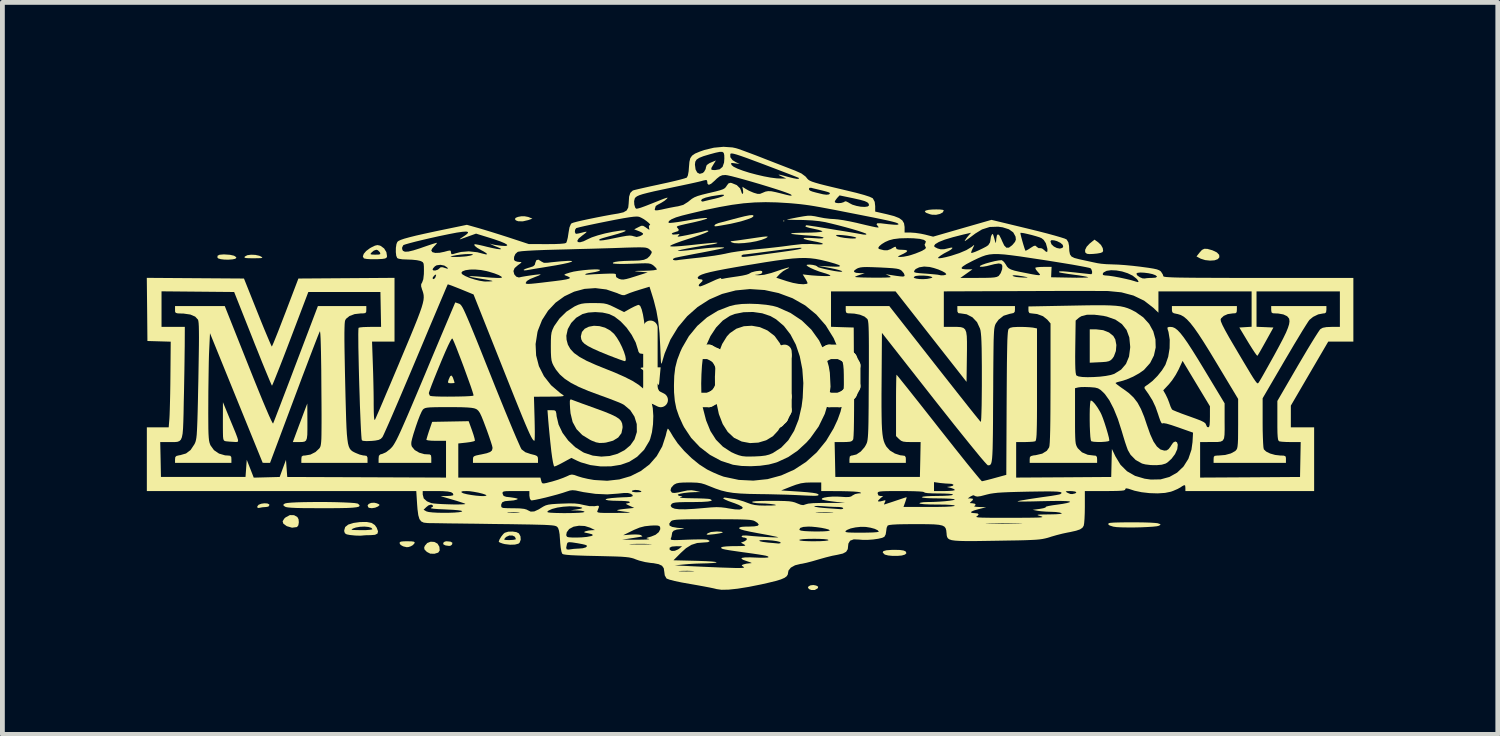
<source format=kicad_pcb>
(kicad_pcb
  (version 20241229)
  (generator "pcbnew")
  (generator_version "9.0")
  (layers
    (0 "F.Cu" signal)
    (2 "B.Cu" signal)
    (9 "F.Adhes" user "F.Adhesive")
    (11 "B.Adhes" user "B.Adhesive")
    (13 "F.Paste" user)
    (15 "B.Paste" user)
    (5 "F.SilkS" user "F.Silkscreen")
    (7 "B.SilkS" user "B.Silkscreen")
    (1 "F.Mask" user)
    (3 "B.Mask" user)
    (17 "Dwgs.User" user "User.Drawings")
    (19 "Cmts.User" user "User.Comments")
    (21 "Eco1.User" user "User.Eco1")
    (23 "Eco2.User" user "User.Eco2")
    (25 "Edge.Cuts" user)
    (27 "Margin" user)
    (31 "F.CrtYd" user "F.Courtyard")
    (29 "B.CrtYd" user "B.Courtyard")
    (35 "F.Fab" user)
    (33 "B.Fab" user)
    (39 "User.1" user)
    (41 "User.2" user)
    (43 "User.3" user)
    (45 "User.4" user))
  (footprint "logo"
    (layer "F.Cu")
    (at 12.535 4.582)
    (property "Reference" "logo" (at 0 0 0) (layer "F.SilkS") (effects (font (size 1.5 1.5) (thickness 0.3))))
    (attr board_only exclude_from_pos_files exclude_from_bom)
    (fp_poly (pts (xy 0.713 -3.041) (xy 0.701 -3.029) (xy 0.688 -3.041) (xy 0.701 -3.054)) (stroke (width 0) (type solid)) (fill yes) (layer "F.SilkS"))
    (fp_poly (pts (xy 1.373 4.534) (xy 1.413 4.556) (xy 1.41 4.583) (xy 1.401 4.594) (xy 1.345 4.626) (xy 1.273 4.627) (xy 1.226 4.609) (xy 1.201 4.578) (xy 1.216 4.549) (xy 1.258 4.529) (xy 1.317 4.523)) (stroke (width 0) (type solid)) (fill yes) (layer "F.SilkS"))
    (fp_poly (pts (xy -7.757 2.825) (xy -7.707 2.847) (xy -7.7 2.864) (xy -7.731 2.891) (xy -7.789 2.916) (xy -7.859 2.927) (xy -7.917 2.919) (xy -7.932 2.91) (xy -7.948 2.871) (xy -7.925 2.839) (xy -7.875 2.817) (xy -7.81 2.813)) (stroke (width 0) (type solid)) (fill yes) (layer "F.SilkS"))
    (fp_poly (pts (xy -6.224 3.622) (xy -6.185 3.645) (xy -6.192 3.679) (xy -6.193 3.681) (xy -6.218 3.704) (xy -6.252 3.711) (xy -6.312 3.703) (xy -6.336 3.698) (xy -6.375 3.676) (xy -6.375 3.645) (xy -6.342 3.62) (xy -6.305 3.614)) (stroke (width 0) (type solid)) (fill yes) (layer "F.SilkS"))
    (fp_poly (pts (xy -6.181 0.2) (xy -6.168 0.233) (xy -6.149 0.29) (xy -6.14 0.321) (xy -6.14 0.322) (xy -6.162 0.328) (xy -6.215 0.331) (xy -6.265 0.327) (xy -6.278 0.307) (xy -6.263 0.254) (xy -6.233 0.187) (xy -6.207 0.169)) (stroke (width 0) (type solid)) (fill yes) (layer "F.SilkS"))
    (fp_poly (pts (xy -4.613 -3.125) (xy -4.599 -3.12) (xy -4.523 -3.089) (xy -4.609 -3.059) (xy -4.722 -3.033) (xy -4.818 -3.035) (xy -4.866 -3.053) (xy -4.887 -3.081) (xy -4.869 -3.107) (xy -4.821 -3.126) (xy -4.755 -3.138) (xy -4.682 -3.138)) (stroke (width 0) (type solid)) (fill yes) (layer "F.SilkS"))
    (fp_poly (pts (xy -10.029 2.829) (xy -9.992 2.847) (xy -9.987 2.862) (xy -10.009 2.894) (xy -10.057 2.902) (xy -10.135 2.908) (xy -10.187 2.918) (xy -10.23 2.923) (xy -10.239 2.899) (xy -10.237 2.886) (xy -10.211 2.855) (xy -10.156 2.834) (xy -10.09 2.825)) (stroke (width 0) (type solid)) (fill yes) (layer "F.SilkS"))
    (fp_poly (pts (xy -0.598 3.416) (xy -0.567 3.425) (xy -0.581 3.437) (xy -0.639 3.451) (xy -0.737 3.466) (xy -0.777 3.47) (xy -0.859 3.478) (xy -0.898 3.477) (xy -0.902 3.467) (xy -0.88 3.448) (xy -0.814 3.422) (xy -0.705 3.412) (xy -0.677 3.412)) (stroke (width 0) (type solid)) (fill yes) (layer "F.SilkS"))
    (fp_poly (pts (xy -10.925 -2.346) (xy -10.806 -2.338) (xy -10.722 -2.319) (xy -10.679 -2.29) (xy -10.675 -2.276) (xy -10.697 -2.255) (xy -10.756 -2.243) (xy -10.835 -2.237) (xy -10.92 -2.238) (xy -10.997 -2.247) (xy -11.051 -2.263) (xy -11.066 -2.277) (xy -11.066 -2.317) (xy -11.025 -2.339) (xy -10.939 -2.346)) (stroke (width 0) (type solid)) (fill yes) (layer "F.SilkS"))
    (fp_poly (pts (xy -10.279 -2.336) (xy -10.197 -2.318) (xy -10.165 -2.303) (xy -10.138 -2.286) (xy -10.137 -2.275) (xy -10.168 -2.269) (xy -10.239 -2.267) (xy -10.315 -2.266) (xy -10.418 -2.267) (xy -10.478 -2.271) (xy -10.504 -2.279) (xy -10.503 -2.295) (xy -10.496 -2.303) (xy -10.448 -2.329) (xy -10.369 -2.34)) (stroke (width 0) (type solid)) (fill yes) (layer "F.SilkS"))
    (fp_poly (pts (xy -9.475 3.072) (xy -9.407 3.11) (xy -9.382 3.156) (xy -9.376 3.22) (xy -9.386 3.282) (xy -9.414 3.318) (xy -9.416 3.319) (xy -9.517 3.332) (xy -9.624 3.301) (xy -9.633 3.296) (xy -9.698 3.248) (xy -9.713 3.198) (xy -9.678 3.142) (xy -9.65 3.117) (xy -9.562 3.07)) (stroke (width 0) (type solid)) (fill yes) (layer "F.SilkS"))
    (fp_poly (pts (xy 3.948 -3.279) (xy 4.005 -3.272) (xy 4.025 -3.261) (xy 4.002 -3.218) (xy 3.944 -3.187) (xy 3.865 -3.169) (xy 3.78 -3.171) (xy 3.741 -3.18) (xy 3.661 -3.209) (xy 3.63 -3.233) (xy 3.644 -3.254) (xy 3.658 -3.26) (xy 3.71 -3.272) (xy 3.785 -3.279) (xy 3.87 -3.281)) (stroke (width 0) (type solid)) (fill yes) (layer "F.SilkS"))
    (fp_poly (pts (xy -9.198 1.136) (xy -9.198 1.29) (xy -9.2 1.401) (xy -9.209 1.475) (xy -9.226 1.52) (xy -9.257 1.543) (xy -9.303 1.551) (xy -9.369 1.553) (xy -9.39 1.553) (xy -9.501 1.553) (xy -9.423 1.343) (xy -9.375 1.214) (xy -9.322 1.074) (xy -9.276 0.95) (xy -9.273 0.942) (xy -9.2 0.751)) (stroke (width 0) (type solid)) (fill yes) (layer "F.SilkS"))
    (fp_poly (pts (xy -7.034 3.616) (xy -6.985 3.623) (xy -6.969 3.637) (xy -6.972 3.654) (xy -7.006 3.693) (xy -7.049 3.718) (xy -7.097 3.734) (xy -7.135 3.737) (xy -7.187 3.725) (xy -7.21 3.719) (xy -7.261 3.69) (xy -7.282 3.657) (xy -7.279 3.634) (xy -7.255 3.621) (xy -7.197 3.615) (xy -7.123 3.614)) (stroke (width 0) (type solid)) (fill yes) (layer "F.SilkS"))
    (fp_poly (pts (xy -6.561 3.628) (xy -6.495 3.663) (xy -6.456 3.728) (xy -6.456 3.729) (xy -6.449 3.805) (xy -6.48 3.85) (xy -6.553 3.872) (xy -6.562 3.874) (xy -6.646 3.871) (xy -6.714 3.836) (xy -6.722 3.829) (xy -6.765 3.785) (xy -6.772 3.746) (xy -6.758 3.708) (xy -6.708 3.65) (xy -6.637 3.623)) (stroke (width 0) (type solid)) (fill yes) (layer "F.SilkS"))
    (fp_poly (pts (xy 7.233 -2.597) (xy 7.291 -2.541) (xy 7.327 -2.477) (xy 7.335 -2.419) (xy 7.321 -2.393) (xy 7.282 -2.377) (xy 7.21 -2.364) (xy 7.126 -2.356) (xy 7.048 -2.353) (xy 6.998 -2.359) (xy 6.962 -2.389) (xy 6.961 -2.441) (xy 6.993 -2.506) (xy 7.055 -2.572) (xy 7.062 -2.577) (xy 7.155 -2.653)) (stroke (width 0) (type solid)) (fill yes) (layer "F.SilkS"))
    (fp_poly (pts (xy 9.501 -2.461) (xy 9.594 -2.435) (xy 9.612 -2.429) (xy 9.699 -2.387) (xy 9.746 -2.337) (xy 9.75 -2.287) (xy 9.718 -2.248) (xy 9.65 -2.223) (xy 9.556 -2.217) (xy 9.455 -2.228) (xy 9.366 -2.256) (xy 9.357 -2.26) (xy 9.275 -2.304) (xy 9.34 -2.386) (xy 9.388 -2.439) (xy 9.437 -2.463)) (stroke (width 0) (type solid)) (fill yes) (layer "F.SilkS"))
    (fp_poly (pts (xy 7.335 -0.772) (xy 7.457 -0.724) (xy 7.547 -0.651) (xy 7.588 -0.58) (xy 7.61 -0.463) (xy 7.6 -0.339) (xy 7.559 -0.228) (xy 7.529 -0.184) (xy 7.494 -0.149) (xy 7.455 -0.128) (xy 7.397 -0.115) (xy 7.308 -0.108) (xy 7.263 -0.106) (xy 7.057 -0.096) (xy 7.057 -0.443) (xy 7.057 -0.789) (xy 7.192 -0.789)) (stroke (width 0) (type solid)) (fill yes) (layer "F.SilkS"))
    (fp_poly (pts (xy 3.112 3.795) (xy 3.189 3.806) (xy 3.23 3.824) (xy 3.234 3.829) (xy 3.248 3.862) (xy 3.219 3.889) (xy 3.213 3.892) (xy 3.152 3.91) (xy 3.061 3.918) (xy 2.961 3.918) (xy 2.869 3.909) (xy 2.803 3.892) (xy 2.791 3.885) (xy 2.755 3.847) (xy 2.769 3.819) (xy 2.832 3.801) (xy 2.944 3.793) (xy 2.992 3.792)) (stroke (width 0) (type solid)) (fill yes) (layer "F.SilkS"))
    (fp_poly (pts (xy -1.876 0.185) (xy -1.884 0.274) (xy -1.891 0.339) (xy -1.895 0.369) (xy -1.895 0.369) (xy -1.913 0.352) (xy -1.958 0.308) (xy -2.021 0.245) (xy -2.038 0.228) (xy -2.115 0.154) (xy -2.186 0.089) (xy -2.238 0.047) (xy -2.242 0.045) (xy -2.27 0.025) (xy -2.275 0.012) (xy -2.25 0.005) (xy -2.188 0.002) (xy -2.083 0.001) (xy -1.859 0)) (stroke (width 0) (type solid)) (fill yes) (layer "F.SilkS"))
    (fp_poly (pts (xy -10.801 1.094) (xy -10.735 1.253) (xy -10.687 1.37) (xy -10.656 1.453) (xy -10.64 1.506) (xy -10.639 1.536) (xy -10.652 1.549) (xy -10.678 1.552) (xy -10.715 1.55) (xy -10.73 1.549) (xy -10.814 1.544) (xy -10.885 1.537) (xy -10.898 1.535) (xy -10.919 1.529) (xy -10.934 1.516) (xy -10.945 1.489) (xy -10.951 1.44) (xy -10.953 1.361) (xy -10.954 1.244) (xy -10.954 1.124) (xy -10.953 0.725)) (stroke (width 0) (type solid)) (fill yes) (layer "F.SilkS"))
    (fp_poly (pts (xy 0.36 -2.717) (xy 0.365 -2.71) (xy 0.344 -2.694) (xy 0.321 -2.681) (xy 0.239 -2.649) (xy 0.13 -2.62) (xy 0.005 -2.597) (xy -0.122 -2.582) (xy -0.237 -2.576) (xy -0.329 -2.581) (xy -0.382 -2.596) (xy -0.408 -2.616) (xy -0.388 -2.621) (xy -0.382 -2.622) (xy -0.344 -2.626) (xy -0.265 -2.636) (xy -0.159 -2.651) (xy -0.034 -2.669) (xy -0.013 -2.672) (xy 0.143 -2.695) (xy 0.254 -2.711) (xy 0.325 -2.718)) (stroke (width 0) (type solid)) (fill yes) (layer "F.SilkS"))
    (fp_poly (pts (xy 0.07 -3.153) (xy 0.064 -3.131) (xy 0.029 -3.107) (xy -0.046 -3.078) (xy -0.149 -3.045) (xy -0.271 -3.013) (xy -0.401 -2.983) (xy -0.494 -2.966) (xy -0.607 -2.946) (xy -0.678 -2.934) (xy -0.718 -2.93) (xy -0.736 -2.932) (xy -0.739 -2.94) (xy -0.739 -2.951) (xy -0.717 -2.973) (xy -0.662 -2.995) (xy -0.643 -3.001) (xy -0.58 -3.017) (xy -0.482 -3.043) (xy -0.363 -3.075) (xy -0.257 -3.103) (xy -0.114 -3.139) (xy -0.014 -3.159) (xy 0.046 -3.164)) (stroke (width 0) (type solid)) (fill yes) (layer "F.SilkS"))
    (fp_poly (pts (xy 8.066 3.221) (xy 8.2 3.223) (xy 8.318 3.227) (xy 8.41 3.233) (xy 8.466 3.239) (xy 8.471 3.241) (xy 8.52 3.257) (xy 8.526 3.271) (xy 8.496 3.291) (xy 8.452 3.302) (xy 8.368 3.311) (xy 8.255 3.318) (xy 8.123 3.324) (xy 7.982 3.327) (xy 7.844 3.327) (xy 7.719 3.325) (xy 7.617 3.32) (xy 7.551 3.311) (xy 7.546 3.31) (xy 7.47 3.286) (xy 7.44 3.262) (xy 7.45 3.239) (xy 7.481 3.232) (xy 7.554 3.226) (xy 7.659 3.223) (xy 7.785 3.221) (xy 7.924 3.22)) (stroke (width 0) (type solid)) (fill yes) (layer "F.SilkS"))
    (fp_poly (pts (xy -3.13 -0.856) (xy -3.014 -0.824) (xy -2.906 -0.765) (xy -2.825 -0.693) (xy -2.768 -0.616) (xy -2.712 -0.523) (xy -2.662 -0.422) (xy -2.621 -0.323) (xy -2.593 -0.236) (xy -2.582 -0.169) (xy -2.591 -0.132) (xy -2.603 -0.128) (xy -2.638 -0.138) (xy -2.711 -0.163) (xy -2.81 -0.2) (xy -2.926 -0.245) (xy -2.943 -0.251) (xy -3.126 -0.326) (xy -3.266 -0.389) (xy -3.369 -0.442) (xy -3.44 -0.489) (xy -3.485 -0.535) (xy -3.508 -0.583) (xy -3.516 -0.637) (xy -3.516 -0.646) (xy -3.494 -0.735) (xy -3.436 -0.802) (xy -3.35 -0.844) (xy -3.245 -0.863)) (stroke (width 0) (type solid)) (fill yes) (layer "F.SilkS"))
    (fp_poly (pts (xy 7.116 0.708) (xy 7.167 0.763) (xy 7.222 0.84) (xy 7.274 0.927) (xy 7.3 0.98) (xy 7.331 1.058) (xy 7.366 1.159) (xy 7.401 1.269) (xy 7.432 1.375) (xy 7.455 1.463) (xy 7.464 1.518) (xy 7.465 1.522) (xy 7.442 1.536) (xy 7.383 1.545) (xy 7.303 1.551) (xy 7.218 1.551) (xy 7.142 1.547) (xy 7.089 1.536) (xy 7.089 1.536) (xy 7.078 1.508) (xy 7.069 1.44) (xy 7.063 1.343) (xy 7.058 1.226) (xy 7.056 1.1) (xy 7.056 0.975) (xy 7.058 0.861) (xy 7.063 0.769) (xy 7.071 0.707) (xy 7.08 0.687)) (stroke (width 0) (type solid)) (fill yes) (layer "F.SilkS"))
    (fp_poly (pts (xy -8.762 2.799) (xy -8.595 2.802) (xy -8.444 2.807) (xy -8.315 2.813) (xy -8.217 2.82) (xy -8.158 2.83) (xy -8.147 2.834) (xy -8.12 2.859) (xy -8.113 2.879) (xy -8.13 2.895) (xy -8.176 2.907) (xy -8.255 2.916) (xy -8.369 2.922) (xy -8.524 2.925) (xy -8.723 2.927) (xy -8.892 2.927) (xy -9.115 2.926) (xy -9.292 2.925) (xy -9.428 2.922) (xy -9.529 2.917) (xy -9.599 2.911) (xy -9.644 2.903) (xy -9.668 2.892) (xy -9.7 2.864) (xy -9.69 2.845) (xy -9.662 2.828) (xy -9.618 2.819) (xy -9.533 2.811) (xy -9.414 2.805) (xy -9.269 2.801) (xy -9.107 2.799) (xy -8.935 2.798)) (stroke (width 0) (type solid)) (fill yes) (layer "F.SilkS"))
    (fp_poly (pts (xy -4.342 -2.203) (xy -4.338 -2.199) (xy -4.283 -2.171) (xy -4.206 -2.173) (xy -4.136 -2.182) (xy -4.036 -2.192) (xy -3.924 -2.203) (xy -3.904 -2.204) (xy -3.787 -2.212) (xy -3.718 -2.211) (xy -3.695 -2.204) (xy -3.717 -2.19) (xy -3.78 -2.171) (xy -3.884 -2.148) (xy -4.026 -2.121) (xy -4.134 -2.103) (xy -4.283 -2.078) (xy -4.42 -2.056) (xy -4.534 -2.037) (xy -4.615 -2.023) (xy -4.649 -2.017) (xy -4.697 -2.014) (xy -4.706 -2.025) (xy -4.705 -2.026) (xy -4.669 -2.046) (xy -4.603 -2.068) (xy -4.578 -2.075) (xy -4.508 -2.098) (xy -4.474 -2.129) (xy -4.463 -2.171) (xy -4.441 -2.226) (xy -4.398 -2.237)) (stroke (width 0) (type solid)) (fill yes) (layer "F.SilkS"))
    (fp_poly (pts (xy -3.704 0.673) (xy -3.665 0.688) (xy -3.587 0.717) (xy -3.479 0.757) (xy -3.348 0.804) (xy -3.21 0.854) (xy -3.03 0.92) (xy -2.893 0.976) (xy -2.793 1.024) (xy -2.724 1.069) (xy -2.682 1.114) (xy -2.659 1.166) (xy -2.65 1.226) (xy -2.65 1.256) (xy -2.673 1.368) (xy -2.74 1.458) (xy -2.847 1.524) (xy -2.992 1.563) (xy -3.041 1.569) (xy -3.127 1.572) (xy -3.202 1.558) (xy -3.291 1.523) (xy -3.325 1.506) (xy -3.487 1.407) (xy -3.606 1.285) (xy -3.687 1.137) (xy -3.731 0.955) (xy -3.74 0.858) (xy -3.745 0.757) (xy -3.745 0.698) (xy -3.737 0.671) (xy -3.72 0.668)) (stroke (width 0) (type solid)) (fill yes) (layer "F.SilkS"))
    (fp_poly (pts (xy -4.856 3.424) (xy -4.804 3.45) (xy -4.771 3.511) (xy -4.766 3.582) (xy -4.789 3.643) (xy -4.813 3.664) (xy -4.886 3.683) (xy -4.987 3.686) (xy -5.096 3.673) (xy -5.14 3.662) (xy -5.196 3.642) (xy -5.222 3.626) (xy -5.223 3.625) (xy -5.207 3.578) (xy -5.201 3.567) (xy -5.107 3.567) (xy -5.105 3.582) (xy -5.067 3.588) (xy -4.997 3.589) (xy -4.923 3.585) (xy -4.876 3.576) (xy -4.866 3.568) (xy -4.887 3.52) (xy -4.937 3.495) (xy -5.002 3.494) (xy -5.064 3.521) (xy -5.083 3.538) (xy -5.107 3.567) (xy -5.201 3.567) (xy -5.17 3.516) (xy -5.126 3.461) (xy -5.097 3.437) (xy -5.025 3.415) (xy -4.937 3.412)) (stroke (width 0) (type solid)) (fill yes) (layer "F.SilkS"))
    (fp_poly (pts (xy 0.202 -0.835) (xy 0.359 -0.767) (xy 0.498 -0.661) (xy 0.514 -0.645) (xy 0.618 -0.501) (xy 0.701 -0.321) (xy 0.761 -0.112) (xy 0.798 0.116) (xy 0.812 0.355) (xy 0.803 0.594) (xy 0.77 0.826) (xy 0.714 1.041) (xy 0.633 1.231) (xy 0.581 1.316) (xy 0.473 1.432) (xy 0.333 1.516) (xy 0.172 1.564) (xy -0.000499 1.574) (xy -0.173 1.542) (xy -0.178 1.54) (xy -0.334 1.464) (xy -0.464 1.343) (xy -0.569 1.179) (xy -0.649 0.971) (xy -0.702 0.72) (xy -0.729 0.458) (xy -0.731 0.186) (xy -0.705 -0.066) (xy -0.655 -0.292) (xy -0.58 -0.485) (xy -0.483 -0.642) (xy -0.419 -0.711) (xy -0.284 -0.803) (xy -0.129 -0.854) (xy 0.036 -0.864)) (stroke (width 0) (type solid)) (fill yes) (layer "F.SilkS"))
    (fp_poly (pts (xy -7.697 -2.531) (xy -7.674 -2.522) (xy -7.604 -2.47) (xy -7.557 -2.393) (xy -7.544 -2.309) (xy -7.545 -2.299) (xy -7.556 -2.276) (xy -7.585 -2.261) (xy -7.642 -2.252) (xy -7.737 -2.247) (xy -7.771 -2.246) (xy -7.874 -2.246) (xy -7.961 -2.251) (xy -8.016 -2.261) (xy -8.025 -2.264) (xy -8.046 -2.303) (xy -8.028 -2.356) (xy -8.024 -2.362) (xy -7.885 -2.362) (xy -7.881 -2.347) (xy -7.841 -2.342) (xy -7.786 -2.341) (xy -7.715 -2.343) (xy -7.685 -2.352) (xy -7.685 -2.374) (xy -7.694 -2.392) (xy -7.734 -2.433) (xy -7.767 -2.443) (xy -7.818 -2.425) (xy -7.859 -2.392) (xy -7.885 -2.362) (xy -8.024 -2.362) (xy -7.977 -2.417) (xy -7.899 -2.475) (xy -7.869 -2.492) (xy -7.795 -2.528) (xy -7.744 -2.54)) (stroke (width 0) (type solid)) (fill yes) (layer "F.SilkS"))
    (fp_poly (pts (xy -7.867 3.232) (xy -7.798 3.276) (xy -7.759 3.331) (xy -7.731 3.406) (xy -7.741 3.454) (xy -7.794 3.48) (xy -7.886 3.487) (xy -7.969 3.488) (xy -8.033 3.492) (xy -8.055 3.495) (xy -8.1 3.498) (xy -8.173 3.496) (xy -8.203 3.495) (xy -8.313 3.484) (xy -8.381 3.471) (xy -8.417 3.449) (xy -8.431 3.415) (xy -8.433 3.385) (xy -8.429 3.373) (xy -8.28 3.373) (xy -8.254 3.379) (xy -8.189 3.381) (xy -8.082 3.383) (xy -7.98 3.382) (xy -7.9 3.376) (xy -7.854 3.368) (xy -7.847 3.362) (xy -7.87 3.335) (xy -7.929 3.317) (xy -8.011 3.309) (xy -8.103 3.313) (xy -8.19 3.328) (xy -8.242 3.346) (xy -8.274 3.362) (xy -8.28 3.373) (xy -8.429 3.373) (xy -8.413 3.318) (xy -8.351 3.268) (xy -8.244 3.234) (xy -8.106 3.215) (xy -7.967 3.213)) (stroke (width 0) (type solid)) (fill yes) (layer "F.SilkS"))
    (fp_poly (pts (xy 0.168 -1.315) (xy 0.338 -1.299) (xy 0.486 -1.273) (xy 0.567 -1.251) (xy 0.839 -1.13) (xy 1.075 -0.973) (xy 1.273 -0.782) (xy 1.434 -0.558) (xy 1.555 -0.303) (xy 1.635 -0.018) (xy 1.657 0.113) (xy 1.671 0.403) (xy 1.635 0.69) (xy 1.552 0.967) (xy 1.424 1.23) (xy 1.251 1.472) (xy 1.171 1.562) (xy 0.987 1.732) (xy 0.793 1.864) (xy 0.573 1.966) (xy 0.541 1.978) (xy 0.39 2.019) (xy 0.207 2.045) (xy 0.011 2.055) (xy -0.18 2.049) (xy -0.35 2.025) (xy -0.357 2.024) (xy -0.601 1.944) (xy -0.833 1.819) (xy -1.044 1.657) (xy -1.226 1.464) (xy -1.371 1.245) (xy -1.397 1.195) (xy -1.477 1.018) (xy -1.532 0.859) (xy -1.564 0.7) (xy -1.58 0.522) (xy -1.582 0.382) (xy -1.581 0.338) (xy -1.016 0.338) (xy -1.013 0.525) (xy -1.002 0.695) (xy -0.984 0.832) (xy -0.982 0.84) (xy -0.914 1.103) (xy -0.824 1.324) (xy -0.709 1.504) (xy -0.566 1.648) (xy -0.395 1.76) (xy -0.313 1.798) (xy -0.236 1.827) (xy -0.166 1.845) (xy -0.087 1.853) (xy 0.018 1.853) (xy 0.089 1.852) (xy 0.222 1.845) (xy 0.319 1.833) (xy 0.397 1.813) (xy 0.471 1.782) (xy 0.471 1.782) (xy 0.646 1.669) (xy 0.795 1.514) (xy 0.915 1.318) (xy 1.008 1.084) (xy 1.07 0.813) (xy 1.093 0.634) (xy 1.106 0.327) (xy 1.085 0.038) (xy 1.032 -0.23) (xy 0.95 -0.472) (xy 0.839 -0.683) (xy 0.702 -0.86) (xy 0.54 -0.998) (xy 0.423 -1.065) (xy 0.251 -1.123) (xy 0.059 -1.15) (xy -0.136 -1.145) (xy -0.318 -1.109) (xy -0.418 -1.07) (xy -0.569 -0.971) (xy -0.706 -0.828) (xy -0.824 -0.649) (xy -0.918 -0.44) (xy -0.957 -0.318) (xy -0.982 -0.196) (xy -1 -0.036) (xy -1.011 0.146) (xy -1.016 0.338) (xy -1.581 0.338) (xy -1.576 0.178) (xy -1.555 0.005) (xy -1.514 -0.156) (xy -1.45 -0.323) (xy -1.414 -0.402) (xy -1.273 -0.646) (xy -1.098 -0.86) (xy -0.895 -1.038) (xy -0.668 -1.177) (xy -0.422 -1.272) (xy -0.311 -1.299) (xy -0.173 -1.316) (xy -0.008 -1.321)) (stroke (width 0) (type solid)) (fill yes) (layer "F.SilkS"))
    (fp_poly (pts (xy 10.114 -1.196) (xy 10.109 -1.145) (xy 10.084 -1.124) (xy 10.024 -1.12) (xy 10.024 -1.12) (xy 9.925 -1.106) (xy 9.841 -1.069) (xy 9.786 -1.018) (xy 9.776 -0.994) (xy 9.782 -0.954) (xy 9.814 -0.878) (xy 9.873 -0.764) (xy 9.958 -0.612) (xy 10.022 -0.503) (xy 10.15 -0.286) (xy 10.255 -0.109) (xy 10.339 0.031) (xy 10.404 0.14) (xy 10.454 0.22) (xy 10.491 0.275) (xy 10.517 0.31) (xy 10.535 0.328) (xy 10.547 0.333) (xy 10.556 0.329) (xy 10.561 0.324) (xy 10.581 0.294) (xy 10.622 0.225) (xy 10.679 0.125) (xy 10.749 0.000334) (xy 10.829 -0.143) (xy 10.885 -0.243) (xy 10.991 -0.439) (xy 11.074 -0.597) (xy 11.135 -0.722) (xy 11.175 -0.82) (xy 11.199 -0.896) (xy 11.207 -0.956) (xy 11.201 -1.004) (xy 11.198 -1.014) (xy 11.158 -1.062) (xy 11.08 -1.099) (xy 10.974 -1.118) (xy 10.926 -1.12) (xy 10.862 -1.123) (xy 10.834 -1.141) (xy 10.828 -1.184) (xy 10.827 -1.196) (xy 10.827 -1.273) (xy 11.401 -1.273) (xy 11.974 -1.273) (xy 11.974 -1.196) (xy 11.967 -1.142) (xy 11.938 -1.122) (xy 11.909 -1.12) (xy 11.804 -1.1) (xy 11.697 -1.048) (xy 11.622 -0.986) (xy 11.596 -0.95) (xy 11.548 -0.875) (xy 11.48 -0.767) (xy 11.398 -0.631) (xy 11.303 -0.474) (xy 11.2 -0.299) (xy 11.106 -0.14) (xy 10.649 0.643) (xy 10.649 1.15) (xy 10.65 1.309) (xy 10.654 1.452) (xy 10.659 1.571) (xy 10.665 1.657) (xy 10.673 1.701) (xy 10.674 1.704) (xy 10.722 1.75) (xy 10.805 1.791) (xy 10.908 1.82) (xy 11.013 1.832) (xy 11.019 1.832) (xy 11.089 1.835) (xy 11.123 1.848) (xy 11.133 1.88) (xy 11.133 1.909) (xy 11.133 1.985) (xy 10.382 1.985) (xy 9.63 1.985) (xy 9.63 1.909) (xy 9.634 1.861) (xy 9.654 1.839) (xy 9.706 1.833) (xy 9.738 1.832) (xy 9.871 1.821) (xy 9.989 1.789) (xy 10.077 1.741) (xy 10.09 1.729) (xy 10.107 1.709) (xy 10.12 1.682) (xy 10.128 1.64) (xy 10.134 1.577) (xy 10.138 1.486) (xy 10.139 1.359) (xy 10.14 1.189) (xy 10.14 1.168) (xy 10.14 0.657) (xy 9.702 -0.072) (xy 9.554 -0.317) (xy 9.427 -0.521) (xy 9.319 -0.687) (xy 9.226 -0.82) (xy 9.145 -0.923) (xy 9.074 -0.999) (xy 9.009 -1.053) (xy 8.948 -1.087) (xy 8.887 -1.106) (xy 8.871 -1.109) (xy 8.803 -1.124) (xy 8.772 -1.146) (xy 8.764 -1.188) (xy 8.764 -1.199) (xy 8.764 -1.273) (xy 9.439 -1.273) (xy 10.114 -1.273)) (stroke (width 0) (type solid)) (fill yes) (layer "F.SilkS"))
    (fp_poly (pts (xy -3.128 -1.334) (xy -3.042 -1.328) (xy -2.972 -1.313) (xy -2.902 -1.287) (xy -2.814 -1.245) (xy -2.806 -1.241) (xy -2.618 -1.148) (xy -2.485 -1.223) (xy -2.407 -1.263) (xy -2.342 -1.291) (xy -2.312 -1.298) (xy -2.282 -1.274) (xy -2.253 -1.205) (xy -2.226 -1.098) (xy -2.203 -0.959) (xy -2.185 -0.796) (xy -2.172 -0.614) (xy -2.172 -0.604) (xy -2.158 -0.28) (xy -2.235 -0.28) (xy -2.291 -0.288) (xy -2.318 -0.322) (xy -2.328 -0.359) (xy -2.377 -0.516) (xy -2.46 -0.674) (xy -2.566 -0.824) (xy -2.688 -0.953) (xy -2.816 -1.053) (xy -2.926 -1.106) (xy -3.066 -1.138) (xy -3.218 -1.148) (xy -3.364 -1.138) (xy -3.48 -1.108) (xy -3.613 -1.03) (xy -3.717 -0.922) (xy -3.788 -0.794) (xy -3.818 -0.657) (xy -3.813 -0.572) (xy -3.786 -0.471) (xy -3.735 -0.381) (xy -3.657 -0.297) (xy -3.545 -0.217) (xy -3.396 -0.135) (xy -3.205 -0.05) (xy -3.057 0.01) (xy -2.81 0.109) (xy -2.607 0.199) (xy -2.443 0.282) (xy -2.314 0.364) (xy -2.215 0.446) (xy -2.14 0.533) (xy -2.084 0.629) (xy -2.05 0.715) (xy -2.022 0.848) (xy -2.011 1.01) (xy -2.017 1.182) (xy -2.039 1.348) (xy -2.076 1.488) (xy -2.093 1.53) (xy -2.203 1.714) (xy -2.347 1.859) (xy -2.511 1.963) (xy -2.687 2.025) (xy -2.89 2.057) (xy -3.105 2.059) (xy -3.318 2.031) (xy -3.516 1.974) (xy -3.584 1.945) (xy -3.715 1.882) (xy -3.879 1.972) (xy -3.962 2.016) (xy -4.029 2.048) (xy -4.067 2.061) (xy -4.068 2.062) (xy -4.08 2.038) (xy -4.096 1.971) (xy -4.113 1.871) (xy -4.13 1.746) (xy -4.135 1.699) (xy -4.152 1.544) (xy -4.168 1.384) (xy -4.182 1.238) (xy -4.192 1.122) (xy -4.193 1.113) (xy -4.21 0.891) (xy -4.121 0.891) (xy -4.068 0.893) (xy -4.04 0.909) (xy -4.027 0.952) (xy -4.02 1.017) (xy -3.979 1.19) (xy -3.897 1.362) (xy -3.779 1.521) (xy -3.634 1.659) (xy -3.47 1.764) (xy -3.445 1.776) (xy -3.27 1.834) (xy -3.092 1.855) (xy -2.917 1.842) (xy -2.753 1.796) (xy -2.608 1.721) (xy -2.488 1.62) (xy -2.401 1.496) (xy -2.355 1.351) (xy -2.353 1.342) (xy -2.355 1.178) (xy -2.403 1.024) (xy -2.491 0.889) (xy -2.615 0.784) (xy -2.658 0.759) (xy -2.72 0.731) (xy -2.819 0.692) (xy -2.941 0.645) (xy -3.075 0.596) (xy -3.112 0.583) (xy -3.358 0.492) (xy -3.559 0.407) (xy -3.722 0.323) (xy -3.851 0.238) (xy -3.953 0.148) (xy -4.034 0.048) (xy -4.082 -0.031) (xy -4.108 -0.085) (xy -4.125 -0.141) (xy -4.134 -0.211) (xy -4.139 -0.308) (xy -4.14 -0.433) (xy -4.139 -0.563) (xy -4.135 -0.656) (xy -4.125 -0.724) (xy -4.107 -0.78) (xy -4.08 -0.838) (xy -4.073 -0.853) (xy -3.961 -1.014) (xy -3.815 -1.157) (xy -3.649 -1.264) (xy -3.643 -1.267) (xy -3.571 -1.3) (xy -3.506 -1.32) (xy -3.431 -1.331) (xy -3.332 -1.335) (xy -3.248 -1.335)) (stroke (width 0) (type solid)) (fill yes) (layer "F.SilkS"))
    (fp_poly (pts (xy 3.831 -0.076) (xy 4 0.139) (xy 4.16 0.342) (xy 4.308 0.53) (xy 4.442 0.699) (xy 4.558 0.846) (xy 4.654 0.966) (xy 4.727 1.056) (xy 4.774 1.114) (xy 4.792 1.134) (xy 4.798 1.113) (xy 4.803 1.045) (xy 4.807 0.935) (xy 4.811 0.787) (xy 4.813 0.604) (xy 4.815 0.391) (xy 4.815 0.235) (xy 4.815 -0.019) (xy 4.813 -0.228) (xy 4.811 -0.396) (xy 4.807 -0.529) (xy 4.802 -0.632) (xy 4.795 -0.709) (xy 4.787 -0.767) (xy 4.777 -0.804) (xy 4.715 -0.939) (xy 4.619 -1.04) (xy 4.499 -1.102) (xy 4.38 -1.12) (xy 4.327 -1.126) (xy 4.308 -1.157) (xy 4.306 -1.196) (xy 4.306 -1.273) (xy 4.904 -1.273) (xy 5.503 -1.273) (xy 5.503 -1.2) (xy 5.498 -1.153) (xy 5.473 -1.128) (xy 5.414 -1.115) (xy 5.397 -1.112) (xy 5.267 -1.072) (xy 5.162 -0.989) (xy 5.108 -0.914) (xy 5.097 -0.893) (xy 5.088 -0.87) (xy 5.08 -0.839) (xy 5.073 -0.797) (xy 5.068 -0.739) (xy 5.064 -0.661) (xy 5.06 -0.559) (xy 5.058 -0.429) (xy 5.056 -0.266) (xy 5.054 -0.067) (xy 5.052 0.174) (xy 5.051 0.459) (xy 5.05 0.584) (xy 5.048 0.892) (xy 5.047 1.153) (xy 5.045 1.371) (xy 5.042 1.55) (xy 5.039 1.693) (xy 5.034 1.805) (xy 5.028 1.889) (xy 5.02 1.95) (xy 5.011 1.991) (xy 4.998 2.016) (xy 4.983 2.03) (xy 4.966 2.035) (xy 4.944 2.036) (xy 4.94 2.036) (xy 4.918 2.016) (xy 4.866 1.959) (xy 4.787 1.867) (xy 4.685 1.743) (xy 4.56 1.59) (xy 4.415 1.41) (xy 4.252 1.207) (xy 4.074 0.982) (xy 3.882 0.74) (xy 3.819 0.66) (xy 2.739 -0.716) (xy 2.732 0.297) (xy 2.73 0.577) (xy 2.73 0.811) (xy 2.732 1.004) (xy 2.735 1.161) (xy 2.741 1.287) (xy 2.75 1.387) (xy 2.762 1.467) (xy 2.777 1.53) (xy 2.797 1.583) (xy 2.821 1.629) (xy 2.833 1.649) (xy 2.905 1.728) (xy 3.008 1.791) (xy 3.119 1.827) (xy 3.165 1.832) (xy 3.215 1.84) (xy 3.234 1.872) (xy 3.236 1.909) (xy 3.236 1.985) (xy 2.65 1.985) (xy 2.064 1.985) (xy 2.064 1.909) (xy 2.071 1.854) (xy 2.1 1.834) (xy 2.121 1.832) (xy 2.21 1.81) (xy 2.3 1.749) (xy 2.377 1.661) (xy 2.4 1.623) (xy 2.413 1.598) (xy 2.425 1.572) (xy 2.434 1.541) (xy 2.441 1.501) (xy 2.447 1.446) (xy 2.452 1.373) (xy 2.456 1.277) (xy 2.459 1.153) (xy 2.461 0.996) (xy 2.463 0.803) (xy 2.464 0.567) (xy 2.466 0.286) (xy 2.466 0.284) (xy 2.468 -0.005) (xy 2.468 -0.247) (xy 2.468 -0.447) (xy 2.467 -0.608) (xy 2.465 -0.735) (xy 2.462 -0.832) (xy 2.458 -0.903) (xy 2.452 -0.953) (xy 2.445 -0.985) (xy 2.437 -1.003) (xy 2.378 -1.054) (xy 2.283 -1.093) (xy 2.166 -1.116) (xy 2.092 -1.12) (xy 2.026 -1.123) (xy 1.996 -1.138) (xy 1.987 -1.176) (xy 1.987 -1.196) (xy 1.987 -1.273) (xy 2.44 -1.273) (xy 2.892 -1.273)) (stroke (width 0) (type solid)) (fill yes) (layer "F.SilkS"))
    (fp_poly (pts (xy 7.337 -1.29) (xy 7.481 -1.286) (xy 7.598 -1.279) (xy 7.693 -1.268) (xy 7.774 -1.251) (xy 7.844 -1.229) (xy 7.912 -1.201) (xy 7.981 -1.165) (xy 8.007 -1.152) (xy 8.168 -1.039) (xy 8.292 -0.902) (xy 8.377 -0.747) (xy 8.422 -0.581) (xy 8.427 -0.412) (xy 8.39 -0.245) (xy 8.311 -0.089) (xy 8.187 0.05) (xy 8.186 0.052) (xy 8.086 0.123) (xy 7.958 0.194) (xy 7.821 0.253) (xy 7.699 0.291) (xy 7.686 0.293) (xy 7.626 0.309) (xy 7.594 0.324) (xy 7.593 0.327) (xy 7.613 0.348) (xy 7.665 0.388) (xy 7.738 0.44) (xy 7.747 0.445) (xy 7.87 0.535) (xy 7.968 0.628) (xy 8.05 0.735) (xy 8.121 0.866) (xy 8.188 1.029) (xy 8.243 1.193) (xy 8.313 1.391) (xy 8.381 1.541) (xy 8.452 1.645) (xy 8.526 1.707) (xy 8.605 1.73) (xy 8.654 1.726) (xy 8.695 1.699) (xy 8.737 1.644) (xy 8.745 1.629) (xy 8.79 1.564) (xy 8.834 1.54) (xy 8.87 1.558) (xy 8.886 1.608) (xy 8.875 1.701) (xy 8.829 1.803) (xy 8.756 1.9) (xy 8.668 1.979) (xy 8.631 2) (xy 8.554 2.023) (xy 8.447 2.033) (xy 8.326 2.031) (xy 8.212 2.017) (xy 8.143 1.999) (xy 8.012 1.926) (xy 7.905 1.817) (xy 7.848 1.718) (xy 7.824 1.652) (xy 7.79 1.552) (xy 7.753 1.431) (xy 7.721 1.323) (xy 7.641 1.073) (xy 7.554 0.859) (xy 7.464 0.685) (xy 7.372 0.556) (xy 7.34 0.523) (xy 7.28 0.468) (xy 7.229 0.437) (xy 7.168 0.421) (xy 7.078 0.413) (xy 7.057 0.412) (xy 6.957 0.409) (xy 6.869 0.411) (xy 6.815 0.418) (xy 6.751 0.434) (xy 6.751 1.015) (xy 6.751 1.202) (xy 6.752 1.345) (xy 6.755 1.451) (xy 6.759 1.528) (xy 6.766 1.583) (xy 6.777 1.622) (xy 6.791 1.653) (xy 6.809 1.682) (xy 6.895 1.766) (xy 7.015 1.817) (xy 7.127 1.831) (xy 7.184 1.837) (xy 7.206 1.863) (xy 7.21 1.909) (xy 7.21 1.985) (xy 6.509 1.985) (xy 5.809 1.985) (xy 5.809 1.912) (xy 5.813 1.869) (xy 5.833 1.845) (xy 5.884 1.831) (xy 5.935 1.825) (xy 6.07 1.793) (xy 6.165 1.734) (xy 6.212 1.665) (xy 6.22 1.631) (xy 6.226 1.561) (xy 6.231 1.454) (xy 6.235 1.307) (xy 6.238 1.117) (xy 6.24 0.884) (xy 6.241 0.603) (xy 6.242 0.344) (xy 6.242 -0.225) (xy 6.754 -0.225) (xy 6.755 -0.075) (xy 6.758 0.035) (xy 6.764 0.109) (xy 6.773 0.154) (xy 6.781 0.17) (xy 6.823 0.189) (xy 6.904 0.201) (xy 7.013 0.205) (xy 7.138 0.202) (xy 7.268 0.194) (xy 7.39 0.179) (xy 7.495 0.159) (xy 7.566 0.136) (xy 7.708 0.048) (xy 7.81 -0.071) (xy 7.873 -0.223) (xy 7.897 -0.408) (xy 7.897 -0.433) (xy 7.879 -0.621) (xy 7.822 -0.776) (xy 7.725 -0.899) (xy 7.589 -0.992) (xy 7.412 -1.054) (xy 7.351 -1.067) (xy 7.153 -1.093) (xy 6.996 -1.092) (xy 6.882 -1.062) (xy 6.835 -1.033) (xy 6.764 -0.972) (xy 6.756 -0.42) (xy 6.754 -0.225) (xy 6.242 -0.225) (xy 6.242 -0.912) (xy 6.176 -0.99) (xy 6.086 -1.062) (xy 5.964 -1.107) (xy 5.853 -1.12) (xy 5.803 -1.127) (xy 5.785 -1.161) (xy 5.783 -1.192) (xy 5.783 -1.265) (xy 6.681 -1.282) (xy 6.943 -1.287) (xy 7.159 -1.29)) (stroke (width 0) (type solid)) (fill yes) (layer "F.SilkS"))
    (fp_poly (pts (xy -6.102 -1.341) (xy -6.05 -1.323) (xy -6.048 -1.323) (xy -6.032 -1.315) (xy -6.016 -1.302) (xy -5.997 -1.279) (xy -5.975 -1.244) (xy -5.948 -1.192) (xy -5.915 -1.12) (xy -5.873 -1.024) (xy -5.821 -0.902) (xy -5.758 -0.749) (xy -5.682 -0.563) (xy -5.592 -0.339) (xy -5.486 -0.073) (xy -5.388 0.171) (xy -5.284 0.432) (xy -5.183 0.681) (xy -5.089 0.912) (xy -5.002 1.122) (xy -4.925 1.307) (xy -4.859 1.462) (xy -4.806 1.582) (xy -4.769 1.665) (xy -4.748 1.705) (xy -4.746 1.706) (xy -4.67 1.764) (xy -4.552 1.804) (xy -4.549 1.804) (xy -4.469 1.824) (xy -4.426 1.844) (xy -4.41 1.873) (xy -4.407 1.911) (xy -4.407 1.985) (xy -5.083 1.985) (xy -5.758 1.985) (xy -5.758 1.913) (xy -5.755 1.875) (xy -5.738 1.85) (xy -5.697 1.833) (xy -5.62 1.816) (xy -5.586 1.81) (xy -5.472 1.785) (xy -5.401 1.759) (xy -5.363 1.726) (xy -5.352 1.681) (xy -5.352 1.67) (xy -5.361 1.628) (xy -5.386 1.548) (xy -5.422 1.441) (xy -5.466 1.316) (xy -5.487 1.26) (xy -5.54 1.119) (xy -5.581 1.018) (xy -5.614 0.949) (xy -5.644 0.905) (xy -5.673 0.878) (xy -5.695 0.865) (xy -5.734 0.851) (xy -5.792 0.841) (xy -5.876 0.834) (xy -5.993 0.829) (xy -6.15 0.827) (xy -6.26 0.827) (xy -6.431 0.827) (xy -6.558 0.829) (xy -6.648 0.832) (xy -6.711 0.838) (xy -6.751 0.847) (xy -6.778 0.86) (xy -6.798 0.877) (xy -6.799 0.878) (xy -6.825 0.921) (xy -6.861 1.001) (xy -6.903 1.109) (xy -6.946 1.233) (xy -6.953 1.255) (xy -6.996 1.389) (xy -7.023 1.485) (xy -7.038 1.551) (xy -7.04 1.597) (xy -7.033 1.632) (xy -7.026 1.649) (xy -6.968 1.719) (xy -6.876 1.773) (xy -6.768 1.804) (xy -6.719 1.807) (xy -6.657 1.81) (xy -6.63 1.829) (xy -6.624 1.879) (xy -6.624 1.896) (xy -6.624 1.985) (xy -7.172 1.985) (xy -7.719 1.985) (xy -7.719 1.899) (xy -7.713 1.839) (xy -7.685 1.81) (xy -7.638 1.797) (xy -7.566 1.765) (xy -7.484 1.702) (xy -7.454 1.672) (xy -7.43 1.645) (xy -7.405 1.609) (xy -7.377 1.562) (xy -7.343 1.5) (xy -7.303 1.418) (xy -7.255 1.314) (xy -7.197 1.183) (xy -7.127 1.023) (xy -7.044 0.829) (xy -6.946 0.598) (xy -6.921 0.539) (xy -6.675 0.539) (xy -6.658 0.583) (xy -6.643 0.594) (xy -6.602 0.6) (xy -6.523 0.605) (xy -6.417 0.608) (xy -6.293 0.609) (xy -6.161 0.608) (xy -6.032 0.606) (xy -5.916 0.603) (xy -5.823 0.598) (xy -5.763 0.592) (xy -5.746 0.586) (xy -5.751 0.559) (xy -5.772 0.491) (xy -5.805 0.392) (xy -5.849 0.27) (xy -5.899 0.132) (xy -5.952 -0.014) (xy -6.007 -0.16) (xy -6.06 -0.297) (xy -6.107 -0.419) (xy -6.147 -0.516) (xy -6.176 -0.581) (xy -6.184 -0.598) (xy -6.199 -0.592) (xy -6.229 -0.544) (xy -6.274 -0.453) (xy -6.335 -0.318) (xy -6.412 -0.137) (xy -6.44 -0.069) (xy -6.506 0.091) (xy -6.565 0.237) (xy -6.614 0.362) (xy -6.65 0.459) (xy -6.671 0.521) (xy -6.675 0.539) (xy -6.921 0.539) (xy -6.831 0.326) (xy -6.739 0.107) (xy -6.632 -0.15) (xy -6.53 -0.392) (xy -6.436 -0.616) (xy -6.351 -0.817) (xy -6.277 -0.992) (xy -6.216 -1.137) (xy -6.169 -1.247) (xy -6.139 -1.319) (xy -6.126 -1.348) (xy -6.125 -1.349)) (stroke (width 0) (type solid)) (fill yes) (layer "F.SilkS"))
    (fp_poly (pts (xy -10.422 -0.034) (xy -10.314 0.236) (xy -10.216 0.478) (xy -10.13 0.688) (xy -10.056 0.863) (xy -9.996 1.002) (xy -9.951 1.1) (xy -9.922 1.156) (xy -9.911 1.168) (xy -9.899 1.138) (xy -9.87 1.065) (xy -9.827 0.953) (xy -9.771 0.808) (xy -9.705 0.634) (xy -9.629 0.436) (xy -9.546 0.218) (xy -9.458 -0.015) (xy -9.437 -0.07) (xy -8.98 -1.273) (xy -8.477 -1.273) (xy -7.974 -1.273) (xy -7.974 -1.196) (xy -7.977 -1.149) (xy -7.996 -1.127) (xy -8.045 -1.12) (xy -8.09 -1.12) (xy -8.216 -1.106) (xy -8.322 -1.067) (xy -8.394 -1.009) (xy -8.412 -0.98) (xy -8.419 -0.952) (xy -8.424 -0.901) (xy -8.427 -0.822) (xy -8.429 -0.714) (xy -8.429 -0.571) (xy -8.427 -0.39) (xy -8.423 -0.168) (xy -8.418 0.099) (xy -8.413 0.32) (xy -8.406 0.618) (xy -8.399 0.87) (xy -8.393 1.08) (xy -8.386 1.251) (xy -8.378 1.389) (xy -8.367 1.497) (xy -8.355 1.579) (xy -8.339 1.641) (xy -8.319 1.686) (xy -8.295 1.718) (xy -8.266 1.742) (xy -8.231 1.762) (xy -8.193 1.78) (xy -8.112 1.813) (xy -8.037 1.831) (xy -8.017 1.832) (xy -7.968 1.84) (xy -7.95 1.873) (xy -7.949 1.909) (xy -7.949 1.985) (xy -8.637 1.985) (xy -9.324 1.985) (xy -9.324 1.909) (xy -9.318 1.855) (xy -9.29 1.835) (xy -9.245 1.832) (xy -9.135 1.813) (xy -9.03 1.76) (xy -8.952 1.686) (xy -8.95 1.684) (xy -8.939 1.668) (xy -8.93 1.65) (xy -8.923 1.627) (xy -8.917 1.594) (xy -8.912 1.548) (xy -8.908 1.485) (xy -8.906 1.4) (xy -8.905 1.29) (xy -8.904 1.151) (xy -8.904 0.979) (xy -8.905 0.77) (xy -8.907 0.519) (xy -8.909 0.224) (xy -8.91 0.065) (xy -8.913 -0.135) (xy -8.916 -0.316) (xy -8.92 -0.473) (xy -8.924 -0.6) (xy -8.929 -0.691) (xy -8.935 -0.742) (xy -8.938 -0.75) (xy -8.951 -0.722) (xy -8.98 -0.651) (xy -9.023 -0.541) (xy -9.079 -0.396) (xy -9.146 -0.221) (xy -9.222 -0.02) (xy -9.307 0.203) (xy -9.397 0.444) (xy -9.467 0.63) (xy -9.974 1.985) (xy -10.05 1.985) (xy -10.127 1.984) (xy -10.675 0.637) (xy -11.222 -0.709) (xy -11.238 -0.374) (xy -11.243 -0.259) (xy -11.247 -0.104) (xy -11.25 0.081) (xy -11.253 0.287) (xy -11.256 0.502) (xy -11.257 0.717) (xy -11.257 0.738) (xy -11.258 0.959) (xy -11.257 1.136) (xy -11.256 1.274) (xy -11.253 1.379) (xy -11.248 1.458) (xy -11.242 1.517) (xy -11.233 1.561) (xy -11.221 1.598) (xy -11.21 1.623) (xy -11.139 1.721) (xy -11.035 1.792) (xy -10.909 1.829) (xy -10.859 1.832) (xy -10.802 1.837) (xy -10.78 1.863) (xy -10.777 1.909) (xy -10.777 1.985) (xy -11.362 1.985) (xy -11.948 1.985) (xy -11.948 1.912) (xy -11.943 1.865) (xy -11.918 1.841) (xy -11.86 1.827) (xy -11.842 1.825) (xy -11.72 1.79) (xy -11.625 1.718) (xy -11.548 1.602) (xy -11.547 1.601) (xy -11.533 1.573) (xy -11.522 1.544) (xy -11.513 1.509) (xy -11.505 1.464) (xy -11.498 1.403) (xy -11.493 1.323) (xy -11.488 1.218) (xy -11.483 1.083) (xy -11.478 0.915) (xy -11.473 0.708) (xy -11.468 0.458) (xy -11.464 0.281) (xy -11.459 -0.012) (xy -11.455 -0.258) (xy -11.452 -0.461) (xy -11.451 -0.624) (xy -11.452 -0.753) (xy -11.454 -0.849) (xy -11.458 -0.919) (xy -11.464 -0.964) (xy -11.471 -0.99) (xy -11.53 -1.054) (xy -11.631 -1.097) (xy -11.771 -1.117) (xy -11.815 -1.118) (xy -11.892 -1.121) (xy -11.932 -1.131) (xy -11.947 -1.155) (xy -11.948 -1.196) (xy -11.948 -1.273) (xy -11.432 -1.273) (xy -10.915 -1.273)) (stroke (width 0) (type solid)) (fill yes) (layer "F.SilkS"))
    (fp_poly (pts (xy -0.367 -4.569) (xy -0.293 -4.553) (xy -0.238 -4.536) (xy -0.144 -4.502) (xy -0.022 -4.457) (xy 0.119 -4.404) (xy 0.271 -4.345) (xy 0.28 -4.341) (xy 0.439 -4.279) (xy 0.596 -4.218) (xy 0.738 -4.163) (xy 0.854 -4.118) (xy 0.932 -4.088) (xy 1.066 -4.028) (xy 1.151 -3.965) (xy 1.168 -3.945) (xy 1.188 -3.92) (xy 1.21 -3.898) (xy 1.241 -3.878) (xy 1.287 -3.858) (xy 1.351 -3.837) (xy 1.441 -3.811) (xy 1.562 -3.78) (xy 1.719 -3.742) (xy 1.918 -3.695) (xy 1.997 -3.676) (xy 2.208 -3.625) (xy 2.369 -3.581) (xy 2.48 -3.545) (xy 2.542 -3.516) (xy 2.551 -3.509) (xy 2.589 -3.438) (xy 2.599 -3.349) (xy 2.599 -3.236) (xy 2.845 -3.18) (xy 2.992 -3.142) (xy 3.096 -3.101) (xy 3.162 -3.053) (xy 3.198 -2.993) (xy 3.21 -2.915) (xy 3.21 -2.903) (xy 3.21 -2.8) (xy 3.339 -2.8) (xy 3.434 -2.793) (xy 3.55 -2.776) (xy 3.635 -2.758) (xy 3.803 -2.715) (xy 4.409 -2.89) (xy 5.015 -3.064) (xy 5.773 -2.881) (xy 5.984 -2.829) (xy 6.171 -2.781) (xy 6.328 -2.738) (xy 6.452 -2.702) (xy 6.536 -2.675) (xy 6.576 -2.656) (xy 6.577 -2.656) (xy 6.612 -2.597) (xy 6.627 -2.522) (xy 6.632 -2.417) (xy 6.646 -2.347) (xy 6.678 -2.302) (xy 6.738 -2.272) (xy 6.833 -2.247) (xy 6.891 -2.234) (xy 7.007 -2.209) (xy 7.117 -2.185) (xy 7.202 -2.167) (xy 7.223 -2.163) (xy 7.297 -2.152) (xy 7.402 -2.143) (xy 7.518 -2.139) (xy 7.541 -2.138) (xy 7.65 -2.134) (xy 7.791 -2.124) (xy 7.949 -2.109) (xy 8.105 -2.091) (xy 8.126 -2.088) (xy 8.274 -2.068) (xy 8.38 -2.051) (xy 8.452 -2.035) (xy 8.499 -2.017) (xy 8.529 -1.997) (xy 8.54 -1.984) (xy 8.574 -1.931) (xy 8.586 -1.893) (xy 8.592 -1.887) (xy 8.613 -1.881) (xy 8.651 -1.876) (xy 8.711 -1.872) (xy 8.794 -1.868) (xy 8.904 -1.865) (xy 9.045 -1.863) (xy 9.218 -1.861) (xy 9.429 -1.86) (xy 9.678 -1.859) (xy 9.971 -1.858) (xy 10.309 -1.858) (xy 10.56 -1.858) (xy 12.534 -1.858) (xy 12.534 -1.196) (xy 12.534 -0.534) (xy 12.273 -0.534) (xy 12.012 -0.534) (xy 11.623 0.131) (xy 11.235 0.796) (xy 11.235 1.021) (xy 11.235 1.247) (xy 11.477 1.247) (xy 11.719 1.247) (xy 11.719 1.909) (xy 11.719 2.571) (xy 10.382 2.571) (xy 9.044 2.571) (xy 9.044 2.507) (xy 9.04 2.459) (xy 9.021 2.447) (xy 8.977 2.47) (xy 8.946 2.492) (xy 8.881 2.528) (xy 8.793 2.566) (xy 8.743 2.584) (xy 8.622 2.609) (xy 8.469 2.619) (xy 8.301 2.614) (xy 8.135 2.595) (xy 7.988 2.564) (xy 7.942 2.549) (xy 7.86 2.522) (xy 7.815 2.514) (xy 7.797 2.523) (xy 7.796 2.534) (xy 7.788 2.548) (xy 7.761 2.558) (xy 7.708 2.564) (xy 7.622 2.568) (xy 7.496 2.57) (xy 7.375 2.571) (xy 6.955 2.571) (xy 6.955 2.9) (xy 6.953 3.03) (xy 6.948 3.146) (xy 6.941 3.237) (xy 6.932 3.289) (xy 6.931 3.292) (xy 6.905 3.333) (xy 6.855 3.367) (xy 6.773 3.395) (xy 6.653 3.422) (xy 6.59 3.434) (xy 6.491 3.455) (xy 6.369 3.486) (xy 6.248 3.521) (xy 6.238 3.525) (xy 6.183 3.542) (xy 6.131 3.555) (xy 6.077 3.566) (xy 6.015 3.575) (xy 5.937 3.582) (xy 5.84 3.587) (xy 5.715 3.592) (xy 5.558 3.596) (xy 5.362 3.599) (xy 5.125 3.603) (xy 4.869 3.607) (xy 4.66 3.61) (xy 4.491 3.61) (xy 4.36 3.607) (xy 4.261 3.601) (xy 4.19 3.591) (xy 4.141 3.575) (xy 4.111 3.554) (xy 4.094 3.526) (xy 4.085 3.49) (xy 4.082 3.447) (xy 4.081 3.442) (xy 4.075 3.385) (xy 4.062 3.342) (xy 4.036 3.309) (xy 3.992 3.287) (xy 3.923 3.272) (xy 3.823 3.263) (xy 3.686 3.259) (xy 3.507 3.258) (xy 3.426 3.258) (xy 3.226 3.259) (xy 3.073 3.262) (xy 2.963 3.268) (xy 2.893 3.276) (xy 2.86 3.287) (xy 2.858 3.288) (xy 2.837 3.334) (xy 2.828 3.401) (xy 2.828 3.401) (xy 2.817 3.471) (xy 2.79 3.521) (xy 2.744 3.543) (xy 2.661 3.562) (xy 2.557 3.577) (xy 2.444 3.585) (xy 2.339 3.585) (xy 2.268 3.579) (xy 2.154 3.574) (xy 2.078 3.602) (xy 2.042 3.662) (xy 2.038 3.698) (xy 2.029 3.778) (xy 1.995 3.833) (xy 1.928 3.869) (xy 1.819 3.894) (xy 1.809 3.896) (xy 1.705 3.916) (xy 1.577 3.948) (xy 1.448 3.984) (xy 1.414 3.994) (xy 1.294 4.029) (xy 1.175 4.06) (xy 1.077 4.081) (xy 1.051 4.084) (xy 0.934 4.113) (xy 0.847 4.161) (xy 0.798 4.222) (xy 0.79 4.261) (xy 0.783 4.304) (xy 0.76 4.341) (xy 0.715 4.374) (xy 0.641 4.406) (xy 0.533 4.439) (xy 0.385 4.475) (xy 0.236 4.509) (xy -0.029 4.562) (xy -0.257 4.599) (xy -0.446 4.619) (xy -0.593 4.622) (xy -0.695 4.608) (xy -0.701 4.606) (xy -0.75 4.594) (xy -0.84 4.575) (xy -0.961 4.552) (xy -1.103 4.526) (xy -1.235 4.503) (xy -1.422 4.47) (xy -1.569 4.439) (xy -1.673 4.412) (xy -1.731 4.39) (xy -1.738 4.385) (xy -1.773 4.323) (xy -1.783 4.247) (xy -1.785 4.235) (xy -1.489 4.235) (xy -1.474 4.238) (xy -1.416 4.24) (xy -1.325 4.241) (xy -1.231 4.24) (xy -1.175 4.238) (xy -1.16 4.235) (xy -1.191 4.232) (xy -1.303 4.228) (xy -1.422 4.23) (xy -1.459 4.232) (xy -1.489 4.235) (xy -1.785 4.235) (xy -1.794 4.174) (xy -1.83 4.123) (xy -1.9 4.09) (xy -2.009 4.069) (xy -2.066 4.064) (xy -2.182 4.046) (xy -2.302 4.016) (xy -2.371 3.992) (xy -2.416 3.974) (xy -2.462 3.961) (xy -2.515 3.95) (xy -2.583 3.942) (xy -2.673 3.935) (xy -2.792 3.93) (xy -2.945 3.926) (xy -3.142 3.921) (xy -3.19 3.92) (xy -3.413 3.915) (xy -3.589 3.909) (xy -3.722 3.903) (xy -3.816 3.895) (xy -3.875 3.886) (xy -3.902 3.875) (xy -3.902 3.875) (xy -3.919 3.833) (xy -3.934 3.752) (xy -3.935 3.748) (xy -3.821 3.748) (xy -3.811 3.782) (xy -3.77 3.787) (xy -3.742 3.783) (xy -3.662 3.772) (xy -3.57 3.766) (xy -3.557 3.766) (xy -3.475 3.759) (xy -3.438 3.748) (xy -1.672 3.748) (xy -1.672 3.787) (xy -1.669 3.792) (xy -1.628 3.815) (xy -1.564 3.812) (xy -1.496 3.783) (xy -1.474 3.768) (xy -1.414 3.718) (xy -1.533 3.717) (xy -1.625 3.724) (xy -1.672 3.748) (xy -3.438 3.748) (xy -3.416 3.742) (xy -3.389 3.718) (xy -3.396 3.7) (xy -3.428 3.687) (xy -3.483 3.674) (xy -2.508 3.674) (xy -2.504 3.677) (xy -2.457 3.679) (xy -2.37 3.68) (xy -2.28 3.68) (xy -2.164 3.68) (xy -2.084 3.678) (xy -2.044 3.676) (xy -2.048 3.674) (xy -2.082 3.672) (xy -2.206 3.668) (xy -2.348 3.668) (xy -2.464 3.671) (xy -2.508 3.674) (xy -3.483 3.674) (xy -3.498 3.671) (xy -3.589 3.654) (xy -3.603 3.652) (xy -3.7 3.637) (xy -3.757 3.633) (xy -3.787 3.639) (xy -3.801 3.658) (xy -3.806 3.675) (xy -3.821 3.748) (xy -3.935 3.748) (xy -3.946 3.639) (xy -3.948 3.602) (xy -3.95 3.581) (xy -2.662 3.581) (xy -2.344 3.582) (xy -2.232 3.581) (xy -2.148 3.578) (xy -2.101 3.573) (xy -2.097 3.567) (xy -2.102 3.565) (xy -2.145 3.555) (xy -2.151 3.545) (xy -2.116 3.533) (xy -2.058 3.517) (xy -1.964 3.479) (xy -1.897 3.424) (xy -1.866 3.362) (xy -1.87 3.319) (xy -1.887 3.297) (xy -1.923 3.287) (xy -1.991 3.285) (xy -2.07 3.289) (xy -2.189 3.302) (xy -2.295 3.329) (xy -2.411 3.377) (xy -2.446 3.394) (xy -2.637 3.488) (xy -2.471 3.475) (xy -2.38 3.472) (xy -2.305 3.477) (xy -2.267 3.487) (xy -2.241 3.509) (xy -2.242 3.515) (xy -2.271 3.52) (xy -2.338 3.531) (xy -2.43 3.546) (xy -2.458 3.55) (xy -2.662 3.581) (xy -3.95 3.581) (xy -3.957 3.487) (xy -3.821 3.487) (xy -3.804 3.521) (xy -3.769 3.531) (xy -3.697 3.536) (xy -3.601 3.537) (xy -3.496 3.533) (xy -3.396 3.524) (xy -3.379 3.521) (xy -3.297 3.505) (xy -3.266 3.487) (xy -3.285 3.468) (xy -3.355 3.45) (xy -3.369 3.447) (xy -3.432 3.434) (xy -3.45 3.423) (xy -3.427 3.409) (xy -3.427 3.409) (xy -3.363 3.392) (xy -3.299 3.385) (xy -3.223 3.381) (xy -3.325 3.331) (xy -3.435 3.297) (xy -3.555 3.291) (xy -3.668 3.311) (xy -3.755 3.357) (xy -3.761 3.362) (xy -3.809 3.426) (xy -3.821 3.487) (xy -3.957 3.487) (xy -3.957 3.477) (xy -3.971 3.393) (xy -3.989 3.34) (xy -4.007 3.316) (xy -4.02 3.306) (xy -4.041 3.297) (xy -4.072 3.289) (xy -4.12 3.283) (xy -4.187 3.278) (xy -4.278 3.273) (xy -4.398 3.27) (xy -4.551 3.266) (xy -4.74 3.263) (xy -4.971 3.259) (xy -5.247 3.256) (xy -5.332 3.255) (xy -5.586 3.251) (xy -5.728 3.249) (xy -1.68 3.249) (xy -1.672 3.289) (xy -1.618 3.316) (xy -1.515 3.334) (xy -1.49 3.336) (xy -1.407 3.344) (xy -1.372 3.35) (xy -1.385 3.355) (xy -1.414 3.358) (xy -1.523 3.371) (xy -1.588 3.394) (xy -1.618 3.431) (xy -1.621 3.449) (xy -1.633 3.517) (xy -1.644 3.548) (xy -1.65 3.567) (xy -1.644 3.58) (xy -1.618 3.587) (xy -1.565 3.59) (xy -1.478 3.588) (xy -1.35 3.583) (xy -1.307 3.581) (xy -1.173 3.577) (xy -1.053 3.575) (xy -0.96 3.576) (xy -0.903 3.579) (xy -0.895 3.58) (xy -0.847 3.6) (xy -0.846 3.62) (xy -0.886 3.634) (xy -0.959 3.639) (xy -1.1 3.65) (xy -1.219 3.688) (xy -1.332 3.758) (xy -1.439 3.855) (xy -1.592 4.009) (xy -1.095 4.021) (xy -0.928 4.027) (xy -0.805 4.034) (xy -0.727 4.042) (xy -0.695 4.051) (xy -0.711 4.059) (xy -0.774 4.066) (xy -0.887 4.072) (xy -1.006 4.075) (xy -1.136 4.079) (xy -1.275 4.087) (xy -1.388 4.097) (xy -1.567 4.115) (xy -1.427 4.122) (xy -1.211 4.133) (xy -0.994 4.143) (xy -0.785 4.152) (xy -0.595 4.16) (xy -0.434 4.165) (xy -0.313 4.169) (xy -0.306 4.169) (xy -0.202 4.169) (xy -0.144 4.166) (xy -0.124 4.158) (xy -0.138 4.144) (xy -0.139 4.144) (xy -0.174 4.12) (xy -0.165 4.106) (xy -0.139 4.095) (xy -0.076 4.079) (xy -0.013 4.072) (xy 0.027 4.069) (xy 0.027 4.061) (xy -0.015 4.045) (xy -0.057 4.031) (xy -0.144 4) (xy -0.181 3.976) (xy -0.168 3.959) (xy -0.108 3.95) (xy -0.000401 3.948) (xy 0.102 3.952) (xy 0.214 3.956) (xy 0.305 3.956) (xy 0.365 3.952) (xy 0.382 3.945) (xy 0.378 3.934) (xy 0.362 3.925) (xy 0.327 3.914) (xy 0.268 3.903) (xy 0.177 3.888) (xy 0.049 3.869) (xy -0.123 3.845) (xy -0.14 3.843) (xy -0.307 3.819) (xy -0.43 3.801) (xy -0.515 3.786) (xy -0.567 3.774) (xy -0.594 3.762) (xy -0.602 3.75) (xy -0.598 3.739) (xy -0.567 3.729) (xy -0.498 3.721) (xy -0.4 3.716) (xy -0.323 3.715) (xy -0.208 3.714) (xy -0.137 3.711) (xy -0.104 3.705) (xy -0.102 3.695) (xy -0.125 3.68) (xy -0.127 3.679) (xy -0.191 3.643) (xy -0.119 3.616) (xy -0.096 3.601) (xy 0.188 3.601) (xy 0.206 3.614) (xy 0.262 3.627) (xy 0.352 3.639) (xy 0.378 3.642) (xy 0.472 3.65) (xy 0.55 3.657) (xy 0.592 3.661) (xy 0.63 3.654) (xy 0.637 3.643) (xy 0.613 3.626) (xy 0.551 3.611) (xy 0.462 3.598) (xy 0.358 3.59) (xy 0.285 3.589) (xy 1.019 3.589) (xy 1.044 3.6) (xy 1.113 3.608) (xy 1.222 3.613) (xy 1.325 3.614) (xy 1.459 3.612) (xy 1.558 3.606) (xy 1.617 3.597) (xy 1.63 3.589) (xy 1.606 3.577) (xy 1.536 3.569) (xy 1.428 3.564) (xy 1.325 3.563) (xy 1.191 3.565) (xy 1.091 3.571) (xy 1.033 3.58) (xy 1.019 3.589) (xy 0.285 3.589) (xy 0.214 3.592) (xy 0.188 3.601) (xy -0.096 3.601) (xy -0.072 3.585) (xy -0.07 3.555) (xy -0.112 3.538) (xy -0.129 3.538) (xy -0.169 3.526) (xy -0.178 3.51) (xy -0.154 3.495) (xy -0.084 3.494) (xy -0.045 3.497) (xy 0.064 3.507) (xy 0.183 3.516) (xy 0.303 3.524) (xy 0.413 3.53) (xy 0.504 3.534) (xy 0.565 3.534) (xy 0.586 3.531) (xy 0.586 3.531) (xy 0.558 3.523) (xy 0.488 3.508) (xy 0.386 3.487) (xy 0.26 3.464) (xy 0.172 3.448) (xy 0.004 3.416) (xy -0.006 3.414) (xy 1.98 3.414) (xy 1.996 3.424) (xy 2.039 3.431) (xy 2.117 3.434) (xy 2.235 3.436) (xy 2.315 3.436) (xy 2.444 3.434) (xy 2.552 3.431) (xy 2.631 3.425) (xy 2.672 3.417) (xy 2.675 3.415) (xy 2.652 3.386) (xy 2.59 3.356) (xy 2.502 3.332) (xy 2.404 3.316) (xy 2.3 3.314) (xy 2.189 3.326) (xy 2.088 3.348) (xy 2.013 3.379) (xy 1.985 3.4) (xy 1.98 3.414) (xy -0.006 3.414) (xy -0.116 3.39) (xy -0.192 3.368) (xy -0.193 3.367) (xy 1.024 3.367) (xy 1.03 3.382) (xy 1.06 3.393) (xy 1.127 3.402) (xy 1.22 3.407) (xy 1.327 3.41) (xy 1.435 3.41) (xy 1.533 3.408) (xy 1.609 3.402) (xy 1.651 3.393) (xy 1.656 3.388) (xy 1.633 3.371) (xy 1.571 3.353) (xy 1.484 3.335) (xy 1.383 3.321) (xy 1.281 3.311) (xy 1.208 3.309) (xy 1.106 3.316) (xy 1.043 3.336) (xy 1.024 3.367) (xy -0.193 3.367) (xy -0.226 3.349) (xy -0.229 3.343) (xy -0.215 3.325) (xy -0.169 3.314) (xy -0.083 3.309) (xy -0.025 3.309) (xy 0.092 3.304) (xy 0.16 3.291) (xy 0.18 3.267) (xy 0.161 3.243) (xy 4.89 3.243) (xy 4.923 3.244) (xy 4.998 3.246) (xy 5.112 3.246) (xy 5.263 3.247) (xy 5.274 3.247) (xy 5.426 3.246) (xy 5.543 3.246) (xy 5.621 3.244) (xy 5.657 3.243) (xy 5.648 3.241) (xy 5.591 3.239) (xy 5.586 3.239) (xy 5.421 3.236) (xy 5.235 3.235) (xy 5.054 3.237) (xy 4.962 3.239) (xy 4.902 3.241) (xy 4.89 3.243) (xy 0.161 3.243) (xy 0.153 3.232) (xy 0.104 3.2) (xy 0.079 3.187) (xy 0.045 3.178) (xy -0.002 3.17) (xy -0.069 3.165) (xy -0.161 3.161) (xy -0.285 3.158) (xy -0.444 3.157) (xy -0.646 3.156) (xy -0.786 3.156) (xy -1.014 3.156) (xy -1.197 3.157) (xy -1.339 3.159) (xy -1.447 3.162) (xy -1.525 3.166) (xy -1.579 3.173) (xy -1.614 3.181) (xy -1.635 3.191) (xy -1.643 3.197) (xy -1.68 3.249) (xy -5.728 3.249) (xy -5.826 3.248) (xy -6.049 3.245) (xy -6.248 3.243) (xy -6.418 3.24) (xy -6.554 3.238) (xy -6.651 3.237) (xy -6.703 3.236) (xy -6.707 3.235) (xy -6.78 3.227) (xy -6.833 3.202) (xy -6.87 3.153) (xy -6.894 3.073) (xy -6.909 2.959) (xy -6.784 2.959) (xy -6.723 2.994) (xy -6.677 3.006) (xy -6.596 3.015) (xy -6.491 3.021) (xy -6.373 3.023) (xy -6.254 3.022) (xy -6.144 3.018) (xy -6.099 3.014) (xy -5.051 3.014) (xy -5.03 3.018) (xy -4.969 3.019) (xy -4.917 3.02) (xy -4.834 3.019) (xy -4.79 3.016) (xy -4.788 3.013) (xy -4.809 3.01) (xy -4.91 3.006) (xy -5.015 3.009) (xy -5.025 3.01) (xy -5.051 3.014) (xy -6.099 3.014) (xy -6.055 3.011) (xy -6.004 3.002) (xy -4.215 3.002) (xy -4.202 3.013) (xy -4.144 3.021) (xy -4.039 3.026) (xy -3.887 3.029) (xy -3.836 3.029) (xy -3.676 3.027) (xy -3.554 3.022) (xy -3.474 3.015) (xy -3.44 3.005) (xy -3.439 3.003) (xy -3.462 2.989) (xy -3.522 2.978) (xy -3.586 2.974) (xy -3.732 2.971) (xy -3.612 2.954) (xy -3.524 2.939) (xy -3.486 2.925) (xy -3.499 2.912) (xy -3.563 2.899) (xy -3.623 2.892) (xy -3.75 2.887) (xy -3.882 2.896) (xy -4.006 2.914) (xy -4.112 2.942) (xy -4.188 2.976) (xy -4.215 3.002) (xy -6.004 3.002) (xy -5.997 3) (xy -5.981 2.99) (xy -6.002 2.979) (xy -6.07 2.969) (xy -6.178 2.96) (xy -6.323 2.953) (xy -6.331 2.952) (xy -6.476 2.946) (xy -6.576 2.938) (xy -6.629 2.929) (xy -6.633 2.92) (xy -6.63 2.919) (xy -6.591 2.895) (xy -6.587 2.874) (xy -6.601 2.866) (xy -5.172 2.866) (xy -5.17 2.894) (xy -5.158 2.912) (xy -5.126 2.922) (xy -5.065 2.926) (xy -4.966 2.928) (xy -4.923 2.928) (xy -4.787 2.931) (xy -4.694 2.941) (xy -4.637 2.958) (xy -4.625 2.966) (xy -4.559 2.998) (xy -4.484 2.994) (xy -4.391 2.951) (xy -4.348 2.924) (xy -4.294 2.891) (xy -4.246 2.868) (xy -4.19 2.853) (xy -4.116 2.843) (xy -4.011 2.836) (xy -3.916 2.832) (xy -3.761 2.827) (xy -3.644 2.829) (xy -3.552 2.839) (xy -3.471 2.857) (xy -3.463 2.859) (xy -3.337 2.884) (xy -3.229 2.885) (xy -3.224 2.884) (xy -3.166 2.875) (xy -3.141 2.881) (xy -3.144 2.912) (xy -3.17 2.979) (xy -3.175 2.99) (xy -3.175 3.005) (xy -3.157 3.015) (xy -3.114 3.022) (xy -3.039 3.025) (xy -2.926 3.026) (xy -2.799 3.025) (xy -2.656 3.024) (xy -2.56 3.022) (xy -2.509 3.019) (xy -2.498 3.015) (xy -2.506 3.013) (xy 1.358 3.013) (xy 1.368 3.016) (xy 1.421 3.018) (xy 1.512 3.019) (xy 1.541 3.019) (xy 1.644 3.018) (xy 1.709 3.017) (xy 1.734 3.014) (xy 1.713 3.011) (xy 1.702 3.01) (xy 1.59 3.006) (xy 1.464 3.007) (xy 1.396 3.01) (xy 1.358 3.013) (xy -2.506 3.013) (xy -2.524 3.009) (xy -2.582 3.002) (xy -2.671 2.99) (xy -2.737 2.979) (xy -2.767 2.97) (xy -2.767 2.97) (xy -2.75 2.963) (xy -2.693 2.952) (xy -2.609 2.942) (xy -2.593 2.94) (xy -2.408 2.921) (xy -2.509 2.875) (xy -2.567 2.846) (xy -2.58 2.832) (xy -2.554 2.827) (xy -2.509 2.816) (xy -2.497 2.8) (xy -2.521 2.787) (xy -2.588 2.779) (xy -2.689 2.774) (xy -2.732 2.774) (xy -2.858 2.771) (xy -2.946 2.764) (xy -2.995 2.753) (xy -3.002 2.741) (xy -2.963 2.728) (xy -2.877 2.716) (xy -2.861 2.715) (xy -2.75 2.706) (xy -2.638 2.7) (xy -2.568 2.698) (xy -2.482 2.692) (xy -2.439 2.676) (xy -2.443 2.651) (xy -2.485 2.625) (xy -2.54 2.611) (xy -2.62 2.611) (xy -2.737 2.623) (xy -2.746 2.624) (xy -2.968 2.64) (xy -3.213 2.629) (xy -3.462 2.593) (xy -3.524 2.58) (xy -3.568 2.571) (xy -2.458 2.571) (xy -2.446 2.586) (xy -2.39 2.595) (xy -2.352 2.596) (xy -2.281 2.593) (xy -2.257 2.583) (xy -2.267 2.571) (xy -2.302 2.558) (xy -1.654 2.558) (xy -1.628 2.6) (xy -1.612 2.607) (xy -1.566 2.61) (xy -1.488 2.599) (xy -1.413 2.582) (xy -1.303 2.558) (xy -1.215 2.554) (xy -1.145 2.565) (xy -1.032 2.591) (xy -1.149 2.593) (xy -1.265 2.599) (xy -1.368 2.61) (xy -1.449 2.625) (xy -1.496 2.641) (xy -1.503 2.65) (xy -1.481 2.669) (xy -1.446 2.675) (xy -1.408 2.678) (xy -1.416 2.686) (xy -1.452 2.698) (xy -1.457 2.706) (xy -1.414 2.713) (xy -1.326 2.718) (xy -1.196 2.721) (xy -1.193 2.721) (xy -1.067 2.723) (xy -0.957 2.727) (xy -0.875 2.732) (xy -0.832 2.738) (xy -0.83 2.739) (xy -0.795 2.76) (xy -0.811 2.776) (xy -0.877 2.788) (xy -0.993 2.796) (xy -1.16 2.799) (xy -1.209 2.8) (xy -1.362 2.8) (xy -1.473 2.803) (xy -1.548 2.809) (xy -1.595 2.818) (xy -1.623 2.831) (xy -1.633 2.841) (xy -1.652 2.877) (xy -1.631 2.907) (xy -1.618 2.917) (xy -1.565 2.938) (xy -1.475 2.949) (xy -1.345 2.95) (xy -1.171 2.941) (xy -0.955 2.923) (xy -0.808 2.91) (xy -0.695 2.905) (xy -0.6 2.909) (xy -0.507 2.92) (xy -0.459 2.929) (xy -0.316 2.951) (xy -0.219 2.955) (xy -0.166 2.939) (xy -0.153 2.913) (xy -0.176 2.89) (xy -0.182 2.887) (xy 1.331 2.887) (xy 1.331 2.89) (xy 1.364 2.9) (xy 1.435 2.912) (xy 1.533 2.922) (xy 1.599 2.927) (xy 1.711 2.935) (xy 1.806 2.942) (xy 1.873 2.947) (xy 1.892 2.948) (xy 1.929 2.94) (xy 1.936 2.927) (xy 1.913 2.911) (xy 1.856 2.902) (xy 1.825 2.901) (xy 1.744 2.899) (xy 1.635 2.894) (xy 1.521 2.886) (xy 1.513 2.885) (xy 1.423 2.88) (xy 1.358 2.881) (xy 1.331 2.887) (xy -0.182 2.887) (xy -0.237 2.858) (xy -0.327 2.822) (xy -0.357 2.812) (xy -0.449 2.779) (xy -0.52 2.748) (xy -0.557 2.726) (xy -0.56 2.721) (xy -0.54 2.707) (xy -0.503 2.709) (xy -0.442 2.719) (xy -0.359 2.732) (xy -0.33 2.735) (xy -0.241 2.754) (xy -0.134 2.786) (xy -0.062 2.813) (xy 0.02 2.843) (xy 0.098 2.861) (xy 0.189 2.87) (xy 0.309 2.873) (xy 0.344 2.872) (xy 0.454 2.871) (xy 0.518 2.867) (xy 0.539 2.862) (xy 0.52 2.854) (xy 0.497 2.849) (xy 0.416 2.838) (xy 0.31 2.829) (xy 0.224 2.827) (xy 0.136 2.822) (xy 0.069 2.812) (xy 0.038 2.8) (xy 0.056 2.789) (xy 0.123 2.781) (xy 0.239 2.776) (xy 0.4 2.774) (xy 0.441 2.774) (xy 0.602 2.775) (xy 0.722 2.778) (xy 0.81 2.783) (xy 0.877 2.793) (xy 0.93 2.807) (xy 0.977 2.826) (xy 1.054 2.856) (xy 1.105 2.863) (xy 1.149 2.849) (xy 1.153 2.847) (xy 1.208 2.832) (xy 1.311 2.822) (xy 1.462 2.818) (xy 1.592 2.817) (xy 1.974 2.819) (xy 1.741 2.79) (xy 1.636 2.776) (xy 1.552 2.761) (xy 1.5 2.749) (xy 1.49 2.744) (xy 1.493 2.724) (xy 1.538 2.707) (xy 1.613 2.694) (xy 1.709 2.686) (xy 1.815 2.686) (xy 1.877 2.689) (xy 1.985 2.696) (xy 2.055 2.694) (xy 2.099 2.683) (xy 2.127 2.663) (xy 2.182 2.633) (xy 2.241 2.621) (xy 2.65 2.621) (xy 2.667 2.663) (xy 2.707 2.673) (xy 2.764 2.674) (xy 2.703 2.725) (xy 2.66 2.768) (xy 2.662 2.788) (xy 2.709 2.785) (xy 2.747 2.776) (xy 2.8 2.762) (xy 2.815 2.77) (xy 2.801 2.801) (xy 2.784 2.84) (xy 2.784 2.851) (xy 2.81 2.843) (xy 2.874 2.822) (xy 2.963 2.793) (xy 3.019 2.774) (xy 3.118 2.741) (xy 3.196 2.715) (xy 3.243 2.7) (xy 3.252 2.698) (xy 3.249 2.719) (xy 3.232 2.773) (xy 3.223 2.8) (xy 3.187 2.901) (xy 3.721 2.901) (xy 3.914 2.9) (xy 4.066 2.897) (xy 4.175 2.891) (xy 4.239 2.883) (xy 4.255 2.876) (xy 4.23 2.865) (xy 4.159 2.858) (xy 4.046 2.852) (xy 3.896 2.851) (xy 3.885 2.851) (xy 3.733 2.849) (xy 3.617 2.844) (xy 3.544 2.836) (xy 3.516 2.826) (xy 3.516 2.825) (xy 3.539 2.812) (xy 3.6 2.802) (xy 3.675 2.799) (xy 3.802 2.797) (xy 3.93 2.791) (xy 4.049 2.782) (xy 4.15 2.771) (xy 4.221 2.759) (xy 4.254 2.747) (xy 4.255 2.745) (xy 4.231 2.737) (xy 4.165 2.73) (xy 4.067 2.726) (xy 3.946 2.723) (xy 3.911 2.723) (xy 4.523 2.723) (xy 4.58 2.723) (xy 4.628 2.731) (xy 4.628 2.756) (xy 4.592 2.79) (xy 4.566 2.814) (xy 4.58 2.823) (xy 4.618 2.824) (xy 4.671 2.835) (xy 4.687 2.857) (xy 4.661 2.882) (xy 4.656 2.885) (xy 4.661 2.892) (xy 4.706 2.899) (xy 4.764 2.902) (xy 4.904 2.907) (xy 4.745 2.947) (xy 4.652 2.974) (xy 4.599 2.998) (xy 4.589 3.017) (xy 4.624 3.027) (xy 4.658 3.029) (xy 4.726 3.036) (xy 4.749 3.057) (xy 4.724 3.086) (xy 4.708 3.096) (xy 4.698 3.106) (xy 4.711 3.113) (xy 4.749 3.119) (xy 4.818 3.123) (xy 4.922 3.125) (xy 5.066 3.127) (xy 5.253 3.127) (xy 5.401 3.127) (xy 5.615 3.126) (xy 5.783 3.125) (xy 5.908 3.123) (xy 5.995 3.121) (xy 6.049 3.117) (xy 6.072 3.111) (xy 6.071 3.104) (xy 6.048 3.095) (xy 6.038 3.092) (xy 5.991 3.078) (xy 5.971 3.069) (xy 5.982 3.063) (xy 6.03 3.059) (xy 6.12 3.057) (xy 6.216 3.056) (xy 6.351 3.053) (xy 6.437 3.047) (xy 6.474 3.038) (xy 6.471 3.029) (xy 6.427 3.016) (xy 6.35 3.006) (xy 6.254 3.002) (xy 6.254 3.002) (xy 6.146 2.998) (xy 6.042 2.99) (xy 5.974 2.981) (xy 5.872 2.961) (xy 6.021 2.941) (xy 6.095 2.927) (xy 6.138 2.913) (xy 6.142 2.903) (xy 6.154 2.893) (xy 6.207 2.88) (xy 6.293 2.865) (xy 6.382 2.853) (xy 6.493 2.837) (xy 6.581 2.82) (xy 6.636 2.804) (xy 6.649 2.794) (xy 6.627 2.784) (xy 6.56 2.779) (xy 6.447 2.776) (xy 6.285 2.777) (xy 6.075 2.781) (xy 6.057 2.781) (xy 5.871 2.786) (xy 5.731 2.788) (xy 5.635 2.789) (xy 5.578 2.789) (xy 5.557 2.785) (xy 5.567 2.78) (xy 5.605 2.771) (xy 5.666 2.76) (xy 5.669 2.76) (xy 5.786 2.74) (xy 5.931 2.718) (xy 6.079 2.696) (xy 6.145 2.687) (xy 6.26 2.671) (xy 6.355 2.655) (xy 6.422 2.642) (xy 6.445 2.635) (xy 6.469 2.616) (xy 6.469 2.601) (xy 6.442 2.59) (xy 6.384 2.583) (xy 6.291 2.579) (xy 6.187 2.578) (xy 6.558 2.578) (xy 6.57 2.592) (xy 6.598 2.609) (xy 6.656 2.632) (xy 6.696 2.633) (xy 6.743 2.622) (xy 6.753 2.621) (xy 6.776 2.602) (xy 6.777 2.596) (xy 6.754 2.581) (xy 6.696 2.573) (xy 6.656 2.571) (xy 6.585 2.573) (xy 6.558 2.578) (xy 6.187 2.578) (xy 6.159 2.578) (xy 5.984 2.58) (xy 5.777 2.583) (xy 5.561 2.588) (xy 5.388 2.593) (xy 5.252 2.599) (xy 5.145 2.606) (xy 5.059 2.616) (xy 4.987 2.627) (xy 4.923 2.642) (xy 4.896 2.649) (xy 4.792 2.676) (xy 4.725 2.685) (xy 4.685 2.679) (xy 4.674 2.672) (xy 4.636 2.657) (xy 4.586 2.68) (xy 4.581 2.683) (xy 4.523 2.723) (xy 3.911 2.723) (xy 3.765 2.721) (xy 3.656 2.716) (xy 3.588 2.708) (xy 3.567 2.698) (xy 3.591 2.687) (xy 3.661 2.679) (xy 3.771 2.674) (xy 3.884 2.672) (xy 4.014 2.67) (xy 4.119 2.665) (xy 4.189 2.657) (xy 4.216 2.647) (xy 4.2 2.635) (xy 4.134 2.627) (xy 4.023 2.622) (xy 3.925 2.621) (xy 3.79 2.619) (xy 3.691 2.614) (xy 3.632 2.605) (xy 3.618 2.596) (xy 3.593 2.586) (xy 3.52 2.579) (xy 3.403 2.574) (xy 3.244 2.571) (xy 3.134 2.571) (xy 2.965 2.571) (xy 2.842 2.572) (xy 2.755 2.575) (xy 2.7 2.58) (xy 2.668 2.588) (xy 2.653 2.6) (xy 2.65 2.616) (xy 2.65 2.621) (xy 2.241 2.621) (xy 2.25 2.62) (xy 2.3 2.617) (xy 2.304 2.608) (xy 2.28 2.596) (xy 2.237 2.588) (xy 2.154 2.581) (xy 2.041 2.576) (xy 1.909 2.573) (xy 1.853 2.572) (xy 1.478 2.571) (xy 1.478 2.481) (xy 1.478 2.392) (xy 1.271 2.392) (xy 1.152 2.396) (xy 1.054 2.41) (xy 0.952 2.439) (xy 0.855 2.475) (xy 0.646 2.558) (xy 1.028 2.583) (xy 1.186 2.595) (xy 1.299 2.607) (xy 1.372 2.619) (xy 1.411 2.633) (xy 1.422 2.644) (xy 1.419 2.658) (xy 1.396 2.666) (xy 1.346 2.67) (xy 1.261 2.668) (xy 1.135 2.663) (xy 1.08 2.66) (xy 0.937 2.653) (xy 0.759 2.646) (xy 0.562 2.641) (xy 0.363 2.636) (xy 0.204 2.634) (xy -0.019 2.63) (xy -0.2 2.622) (xy -0.351 2.609) (xy -0.481 2.588) (xy -0.6 2.559) (xy -0.719 2.519) (xy -0.845 2.469) (xy -0.938 2.432) (xy -1.017 2.409) (xy -1.102 2.397) (xy -1.21 2.393) (xy -1.273 2.392) (xy -1.393 2.394) (xy -1.475 2.4) (xy -1.53 2.412) (xy -1.572 2.433) (xy -1.589 2.445) (xy -1.64 2.503) (xy -1.654 2.558) (xy -2.302 2.558) (xy -2.323 2.551) (xy -2.389 2.547) (xy -2.443 2.558) (xy -2.458 2.571) (xy -3.568 2.571) (xy -3.622 2.559) (xy -3.689 2.553) (xy -3.744 2.56) (xy -3.805 2.579) (xy -3.892 2.608) (xy -4.003 2.641) (xy -4.126 2.674) (xy -4.25 2.706) (xy -4.366 2.733) (xy -4.462 2.753) (xy -4.528 2.764) (xy -4.551 2.764) (xy -4.575 2.73) (xy -4.586 2.665) (xy -4.586 2.66) (xy -4.586 2.571) (xy -4.868 2.571) (xy -4.991 2.571) (xy -5.071 2.573) (xy -5.117 2.579) (xy -5.139 2.591) (xy -5.144 2.61) (xy -5.142 2.628) (xy -5.121 2.672) (xy -5.066 2.691) (xy -5.057 2.692) (xy -4.976 2.701) (xy -4.891 2.714) (xy -4.837 2.726) (xy -4.828 2.737) (xy -4.853 2.75) (xy -4.913 2.765) (xy -4.991 2.772) (xy -4.998 2.772) (xy -5.094 2.781) (xy -5.149 2.804) (xy -5.17 2.846) (xy -5.172 2.866) (xy -6.601 2.866) (xy -6.626 2.851) (xy -6.683 2.868) (xy -6.729 2.905) (xy -6.784 2.959) (xy -6.909 2.959) (xy -6.91 2.955) (xy -6.918 2.853) (xy -6.936 2.571) (xy -6.802 2.571) (xy -6.802 2.643) (xy -6.781 2.724) (xy -6.714 2.784) (xy -6.624 2.821) (xy -6.574 2.829) (xy -6.492 2.836) (xy -6.389 2.842) (xy -6.275 2.846) (xy -6.162 2.849) (xy -6.059 2.849) (xy -5.977 2.847) (xy -5.926 2.843) (xy -5.916 2.837) (xy -5.945 2.824) (xy -6.011 2.802) (xy -6.105 2.772) (xy -6.181 2.75) (xy -6.433 2.676) (xy -6.299 2.674) (xy -6.224 2.67) (xy -6.176 2.66) (xy -6.165 2.652) (xy -6.176 2.618) (xy -6.213 2.594) (xy -6.272 2.582) (xy -5.998 2.582) (xy -5.994 2.599) (xy -5.993 2.601) (xy -5.954 2.619) (xy -5.883 2.637) (xy -5.792 2.653) (xy -5.694 2.666) (xy -5.601 2.674) (xy -5.527 2.675) (xy -5.484 2.668) (xy -5.477 2.661) (xy -5.5 2.645) (xy -5.56 2.625) (xy -5.644 2.604) (xy -5.736 2.587) (xy -5.825 2.574) (xy -5.888 2.571) (xy -5.965 2.573) (xy -5.998 2.582) (xy -6.272 2.582) (xy -6.283 2.58) (xy -6.392 2.572) (xy -6.514 2.571) (xy -6.802 2.571) (xy -6.936 2.571) (xy -9.735 2.571) (xy -12.534 2.571) (xy -12.534 1.909) (xy -12.534 1.553) (xy -12.256 1.553) (xy -12.248 1.915) (xy -12.241 2.278) (xy -11.362 2.278) (xy -10.484 2.278) (xy -10.471 2.1) (xy -10.458 1.922) (xy -10.385 2.107) (xy -10.313 2.292) (xy -10.044 2.285) (xy -9.774 2.278) (xy -9.709 2.1) (xy -9.643 1.922) (xy -9.63 2.1) (xy -9.617 2.278) (xy -7.968 2.284) (xy -6.318 2.291) (xy -6.318 1.909) (xy -6.318 1.527) (xy -6.522 1.527) (xy -6.617 1.525) (xy -6.688 1.518) (xy -6.724 1.509) (xy -6.726 1.507) (xy -6.718 1.474) (xy -6.698 1.407) (xy -6.67 1.319) (xy -6.666 1.309) (xy -6.606 1.133) (xy -6.227 1.126) (xy -5.847 1.119) (xy -5.777 1.313) (xy -5.746 1.405) (xy -5.725 1.479) (xy -5.718 1.522) (xy -5.719 1.527) (xy -5.749 1.539) (xy -5.815 1.553) (xy -5.897 1.564) (xy -6.063 1.582) (xy -6.063 1.936) (xy -6.063 2.291) (xy -5.21 2.291) (xy -4.357 2.291) (xy -4.341 2.354) (xy -4.331 2.389) (xy -4.316 2.409) (xy -4.284 2.413) (xy -4.227 2.402) (xy -4.164 2.385) (xy 3.821 2.385) (xy 3.821 2.478) (xy 3.821 2.571) (xy 4.038 2.571) (xy 4.136 2.568) (xy 4.211 2.562) (xy 4.251 2.552) (xy 4.255 2.548) (xy 4.233 2.528) (xy 4.179 2.508) (xy 4.172 2.506) (xy 4.089 2.486) (xy 4.159 2.476) (xy 4.216 2.459) (xy 4.225 2.438) (xy 4.191 2.422) (xy 4.143 2.418) (xy 4.063 2.414) (xy 3.967 2.405) (xy 3.94 2.402) (xy 3.821 2.385) (xy -4.164 2.385) (xy -4.134 2.378) (xy -4.098 2.368) (xy -3.99 2.335) (xy -3.885 2.297) (xy -3.811 2.266) (xy -3.748 2.237) (xy -3.702 2.228) (xy -3.651 2.237) (xy -3.577 2.264) (xy -3.488 2.291) (xy -3.371 2.318) (xy -3.251 2.339) (xy -3.236 2.341) (xy -2.969 2.357) (xy -2.716 2.329) (xy -2.483 2.261) (xy -2.273 2.156) (xy -2.09 2.017) (xy -1.94 1.845) (xy -1.826 1.644) (xy -1.752 1.417) (xy -1.751 1.411) (xy -1.733 1.335) (xy -1.716 1.285) (xy -1.708 1.273) (xy -1.69 1.293) (xy -1.654 1.348) (xy -1.609 1.424) (xy -1.605 1.432) (xy -1.504 1.581) (xy -1.37 1.737) (xy -1.215 1.888) (xy -1.053 2.02) (xy -0.897 2.12) (xy -0.879 2.13) (xy -0.767 2.184) (xy -0.653 2.233) (xy -0.558 2.269) (xy -0.54 2.274) (xy -0.235 2.339) (xy 0.067 2.354) (xy 0.363 2.323) (xy 0.647 2.246) (xy 0.915 2.127) (xy 1.162 1.966) (xy 1.386 1.765) (xy 1.58 1.527) (xy 1.734 1.27) (xy 1.819 1.088) (xy 1.879 0.921) (xy 1.918 0.755) (xy 1.94 0.574) (xy 1.948 0.362) (xy 1.948 0.305) (xy 1.947 0.157) (xy 1.944 0.046) (xy 1.936 -0.041) (xy 1.922 -0.117) (xy 1.9 -0.197) (xy 1.868 -0.293) (xy 1.864 -0.305) (xy 1.736 -0.606) (xy 1.59 -0.842) (xy 1.681 -0.842) (xy 1.917 -0.834) (xy 2.153 -0.827) (xy 2.159 0.313) (xy 2.161 0.633) (xy 2.16 0.904) (xy 2.158 1.125) (xy 2.155 1.296) (xy 2.15 1.416) (xy 2.144 1.486) (xy 2.139 1.503) (xy 2.117 1.53) (xy 2.079 1.545) (xy 2.011 1.551) (xy 1.935 1.553) (xy 1.756 1.553) (xy 1.764 1.915) (xy 1.771 2.278) (xy 2.65 2.278) (xy 3.528 2.278) (xy 3.536 1.915) (xy 3.543 1.553) (xy 3.35 1.553) (xy 3.247 1.551) (xy 3.181 1.543) (xy 3.136 1.525) (xy 3.098 1.493) (xy 3.094 1.49) (xy 3.032 1.428) (xy 3.032 0.79) (xy 3.032 0.616) (xy 3.033 0.46) (xy 3.035 0.329) (xy 3.037 0.23) (xy 3.04 0.169) (xy 3.042 0.153) (xy 3.059 0.172) (xy 3.105 0.228) (xy 3.176 0.317) (xy 3.271 0.435) (xy 3.385 0.579) (xy 3.516 0.744) (xy 3.661 0.928) (xy 3.818 1.127) (xy 3.922 1.26) (xy 4.085 1.466) (xy 4.239 1.661) (xy 4.38 1.838) (xy 4.507 1.997) (xy 4.616 2.131) (xy 4.705 2.239) (xy 4.769 2.316) (xy 4.808 2.359) (xy 4.817 2.367) (xy 4.85 2.36) (xy 4.921 2.343) (xy 5.017 2.318) (xy 5.082 2.3) (xy 5.323 2.234) (xy 5.33 0.739) (xy 5.332 0.416) (xy 5.334 0.14) (xy 5.336 -0.092) (xy 5.339 -0.284) (xy 5.342 -0.439) (xy 5.345 -0.561) (xy 5.35 -0.654) (xy 5.355 -0.721) (xy 5.361 -0.765) (xy 5.368 -0.791) (xy 5.372 -0.798) (xy 5.404 -0.821) (xy 5.46 -0.834) (xy 5.551 -0.839) (xy 5.605 -0.84) (xy 5.712 -0.838) (xy 5.81 -0.832) (xy 5.878 -0.825) (xy 5.882 -0.824) (xy 5.961 -0.808) (xy 5.961 0.357) (xy 5.961 0.633) (xy 5.961 0.862) (xy 5.96 1.049) (xy 5.958 1.198) (xy 5.955 1.314) (xy 5.952 1.4) (xy 5.947 1.46) (xy 5.941 1.5) (xy 5.934 1.524) (xy 5.925 1.535) (xy 5.921 1.537) (xy 5.876 1.545) (xy 5.798 1.55) (xy 5.705 1.553) (xy 5.528 1.553) (xy 5.528 1.922) (xy 5.528 2.291) (xy 6.516 2.285) (xy 7.503 2.278) (xy 7.51 1.987) (xy 7.517 1.696) (xy 7.591 1.851) (xy 7.696 2.025) (xy 7.831 2.159) (xy 7.998 2.255) (xy 8.198 2.314) (xy 8.327 2.332) (xy 8.529 2.328) (xy 8.712 2.278) (xy 8.872 2.188) (xy 9.005 2.061) (xy 9.106 1.901) (xy 9.17 1.712) (xy 9.192 1.554) (xy 9.203 1.357) (xy 8.892 1.247) (xy 8.751 1.199) (xy 8.652 1.17) (xy 8.591 1.16) (xy 8.563 1.166) (xy 8.562 1.167) (xy 8.548 1.158) (xy 8.523 1.109) (xy 8.494 1.027) (xy 8.477 0.974) (xy 8.424 0.823) (xy 8.361 0.689) (xy 8.276 0.552) (xy 8.223 0.478) (xy 8.584 0.478) (xy 8.633 0.563) (xy 8.674 0.648) (xy 8.71 0.74) (xy 8.713 0.751) (xy 8.738 0.821) (xy 8.762 0.869) (xy 8.767 0.877) (xy 8.798 0.894) (xy 8.868 0.923) (xy 8.968 0.962) (xy 9.087 1.005) (xy 9.127 1.019) (xy 9.265 1.069) (xy 9.361 1.106) (xy 9.422 1.136) (xy 9.457 1.161) (xy 9.471 1.186) (xy 9.473 1.192) (xy 9.493 1.236) (xy 9.517 1.247) (xy 9.536 1.236) (xy 9.547 1.199) (xy 9.552 1.126) (xy 9.554 1.028) (xy 9.554 0.809) (xy 9.27 0.338) (xy 8.986 -0.134) (xy 8.903 0.046) (xy 8.843 0.157) (xy 8.769 0.269) (xy 8.702 0.352) (xy 8.584 0.478) (xy 8.223 0.478) (xy 8.216 0.467) (xy 8.193 0.431) (xy 8.199 0.404) (xy 8.241 0.373) (xy 8.265 0.358) (xy 8.362 0.282) (xy 8.465 0.178) (xy 8.558 0.062) (xy 8.627 -0.049) (xy 8.632 -0.061) (xy 8.687 -0.219) (xy 8.716 -0.396) (xy 8.719 -0.574) (xy 8.693 -0.736) (xy 8.674 -0.795) (xy 8.671 -0.826) (xy 8.701 -0.839) (xy 8.737 -0.84) (xy 8.782 -0.834) (xy 8.829 -0.813) (xy 8.881 -0.773) (xy 8.939 -0.712) (xy 9.008 -0.624) (xy 9.09 -0.507) (xy 9.188 -0.356) (xy 9.305 -0.169) (xy 9.438 0.05) (xy 9.859 0.748) (xy 9.859 1.135) (xy 9.86 1.289) (xy 9.857 1.4) (xy 9.847 1.475) (xy 9.822 1.52) (xy 9.779 1.543) (xy 9.711 1.552) (xy 9.613 1.552) (xy 9.547 1.552) (xy 9.35 1.553) (xy 9.35 1.922) (xy 9.35 2.291) (xy 10.388 2.285) (xy 11.426 2.278) (xy 11.433 1.915) (xy 11.44 1.553) (xy 11.238 1.553) (xy 11.137 1.551) (xy 11.052 1.546) (xy 11 1.539) (xy 10.995 1.537) (xy 10.98 1.525) (xy 10.969 1.497) (xy 10.962 1.446) (xy 10.957 1.364) (xy 10.955 1.245) (xy 10.955 1.11) (xy 10.955 0.699) (xy 11.376 -0.026) (xy 11.48 -0.202) (xy 11.577 -0.366) (xy 11.665 -0.511) (xy 11.74 -0.632) (xy 11.799 -0.724) (xy 11.838 -0.781) (xy 11.851 -0.795) (xy 11.9 -0.822) (xy 11.976 -0.836) (xy 12.079 -0.84) (xy 12.254 -0.84) (xy 12.254 -1.209) (xy 12.254 -1.578) (xy 11.388 -1.578) (xy 10.522 -1.578) (xy 10.522 -1.21) (xy 10.522 -0.842) (xy 10.698 -0.835) (xy 10.873 -0.827) (xy 10.714 -0.54) (xy 10.653 -0.431) (xy 10.601 -0.339) (xy 10.562 -0.273) (xy 10.542 -0.241) (xy 10.541 -0.239) (xy 10.523 -0.255) (xy 10.485 -0.307) (xy 10.432 -0.388) (xy 10.368 -0.49) (xy 10.346 -0.526) (xy 10.165 -0.827) (xy 10.292 -0.835) (xy 10.42 -0.843) (xy 10.42 -1.21) (xy 10.42 -1.578) (xy 9.452 -1.578) (xy 8.484 -1.578) (xy 8.484 -1.356) (xy 8.484 -1.135) (xy 8.375 -1.239) (xy 8.187 -1.385) (xy 7.966 -1.491) (xy 7.715 -1.558) (xy 7.439 -1.585) (xy 7.37 -1.586) (xy 7.256 -1.586) (xy 7.1 -1.587) (xy 6.91 -1.587) (xy 6.69 -1.587) (xy 6.445 -1.587) (xy 6.181 -1.586) (xy 5.902 -1.585) (xy 5.614 -1.584) (xy 5.611 -1.584) (xy 4.025 -1.578) (xy 4.025 -1.209) (xy 4.025 -0.84) (xy 4.214 -0.84) (xy 4.307 -0.84) (xy 4.378 -0.835) (xy 4.431 -0.819) (xy 4.467 -0.787) (xy 4.49 -0.732) (xy 4.502 -0.648) (xy 4.506 -0.53) (xy 4.506 -0.372) (xy 4.504 -0.224) (xy 4.497 0.302) (xy 3.759 -0.638) (xy 3.022 -1.578) (xy 2.352 -1.578) (xy 1.681 -1.578) (xy 1.681 -1.21) (xy 1.681 -0.842) (xy 1.59 -0.842) (xy 1.573 -0.87) (xy 1.375 -1.097) (xy 1.145 -1.286) (xy 0.883 -1.435) (xy 0.592 -1.543) (xy 0.301 -1.606) (xy -0.004 -1.626) (xy -0.299 -1.598) (xy -0.581 -1.525) (xy -0.846 -1.41) (xy -1.09 -1.254) (xy -1.308 -1.061) (xy -1.498 -0.834) (xy -1.656 -0.575) (xy -1.776 -0.286) (xy -1.819 -0.142) (xy -1.831 -0.098) (xy -1.84 -0.076) (xy -1.847 -0.082) (xy -1.853 -0.119) (xy -1.857 -0.194) (xy -1.862 -0.31) (xy -1.867 -0.434) (xy -1.882 -0.712) (xy -1.908 -0.954) (xy -1.947 -1.175) (xy -2.001 -1.389) (xy -2.028 -1.478) (xy -2.09 -1.675) (xy -2.3 -1.611) (xy -2.404 -1.578) (xy -2.496 -1.546) (xy -2.56 -1.52) (xy -2.571 -1.515) (xy -2.614 -1.499) (xy -2.661 -1.502) (xy -2.729 -1.527) (xy -2.762 -1.542) (xy -2.987 -1.618) (xy -3.215 -1.646) (xy -3.44 -1.63) (xy -3.656 -1.572) (xy -3.858 -1.476) (xy -4.041 -1.344) (xy -4.197 -1.178) (xy -4.323 -0.982) (xy -4.411 -0.759) (xy -4.419 -0.726) (xy -4.457 -0.483) (xy -4.446 -0.248) (xy -4.388 -0.024) (xy -4.283 0.184) (xy -4.135 0.372) (xy -3.943 0.536) (xy -3.882 0.578) (xy -3.871 0.59) (xy -3.889 0.599) (xy -3.94 0.605) (xy -4.032 0.608) (xy -4.163 0.609) (xy -4.491 0.611) (xy -4.478 1.069) (xy -4.475 1.215) (xy -4.473 1.342) (xy -4.474 1.442) (xy -4.477 1.506) (xy -4.481 1.527) (xy -4.494 1.522) (xy -4.509 1.508) (xy -4.528 1.481) (xy -4.553 1.436) (xy -4.584 1.372) (xy -4.623 1.285) (xy -4.672 1.171) (xy -4.732 1.027) (xy -4.804 0.85) (xy -4.89 0.637) (xy -4.991 0.384) (xy -5.109 0.088) (xy -5.149 -0.013) (xy -5.746 -1.514) (xy -6.011 -1.623) (xy -6.117 -1.665) (xy -6.204 -1.699) (xy -6.262 -1.719) (xy -6.282 -1.724) (xy -6.293 -1.7) (xy -6.322 -1.633) (xy -6.367 -1.526) (xy -6.427 -1.385) (xy -6.5 -1.212) (xy -6.585 -1.011) (xy -6.68 -0.787) (xy -6.782 -0.543) (xy -6.891 -0.284) (xy -6.941 -0.165) (xy -7.054 0.103) (xy -7.162 0.357) (xy -7.263 0.595) (xy -7.356 0.812) (xy -7.439 1.005) (xy -7.51 1.168) (xy -7.568 1.298) (xy -7.61 1.391) (xy -7.635 1.443) (xy -7.64 1.451) (xy -7.673 1.486) (xy -7.718 1.508) (xy -7.79 1.522) (xy -7.862 1.529) (xy -7.971 1.533) (xy -8.043 1.527) (xy -8.066 1.516) (xy -8.072 1.487) (xy -8.078 1.413) (xy -8.085 1.301) (xy -8.092 1.156) (xy -8.099 0.985) (xy -8.107 0.795) (xy -8.113 0.592) (xy -8.12 0.381) (xy -8.126 0.169) (xy -8.131 -0.038) (xy -8.135 -0.233) (xy -8.139 -0.41) (xy -8.14 -0.563) (xy -8.141 -0.687) (xy -8.139 -0.773) (xy -8.136 -0.817) (xy -8.135 -0.821) (xy -8.106 -0.829) (xy -8.039 -0.836) (xy -7.945 -0.839) (xy -7.895 -0.84) (xy -7.667 -0.84) (xy -7.674 -1.203) (xy -7.681 -1.565) (xy -8.43 -1.565) (xy -9.179 -1.565) (xy -9.549 -0.592) (xy -9.629 -0.382) (xy -9.704 -0.187) (xy -9.772 -0.013) (xy -9.831 0.135) (xy -9.878 0.253) (xy -9.912 0.335) (xy -9.931 0.377) (xy -9.934 0.381) (xy -9.946 0.358) (xy -9.975 0.292) (xy -10.018 0.189) (xy -10.074 0.054) (xy -10.141 -0.109) (xy -10.215 -0.295) (xy -10.297 -0.498) (xy -10.334 -0.593) (xy -10.72 -1.565) (xy -11.474 -1.572) (xy -12.229 -1.579) (xy -12.229 -1.209) (xy -12.229 -0.84) (xy -11.987 -0.84) (xy -11.745 -0.84) (xy -11.747 -0.439) (xy -11.749 -0.305) (xy -11.751 -0.131) (xy -11.754 0.071) (xy -11.758 0.289) (xy -11.762 0.512) (xy -11.767 0.721) (xy -11.771 0.949) (xy -11.776 1.131) (xy -11.782 1.272) (xy -11.791 1.378) (xy -11.806 1.453) (xy -11.828 1.504) (xy -11.859 1.533) (xy -11.901 1.548) (xy -11.955 1.553) (xy -12.024 1.553) (xy -12.069 1.553) (xy -12.256 1.553) (xy -12.534 1.553) (xy -12.534 1.247) (xy -12.307 1.247) (xy -12.08 1.247) (xy -12.065 1.063) (xy -12.061 0.987) (xy -12.057 0.87) (xy -12.053 0.72) (xy -12.049 0.546) (xy -12.046 0.356) (xy -12.044 0.173) (xy -12.038 -0.533) (xy -12.28 -0.54) (xy -12.522 -0.547) (xy -12.528 -1.203) (xy -12.535 -1.859) (xy -11.526 -1.852) (xy -10.516 -1.845) (xy -10.234 -1.139) (xy -10.163 -0.962) (xy -10.097 -0.8) (xy -10.039 -0.662) (xy -9.992 -0.551) (xy -9.958 -0.473) (xy -9.94 -0.435) (xy -9.937 -0.433) (xy -9.925 -0.456) (xy -9.897 -0.52) (xy -9.856 -0.621) (xy -9.804 -0.751) (xy -9.744 -0.906) (xy -9.677 -1.08) (xy -9.654 -1.139) (xy -9.385 -1.845) (xy -8.387 -1.852) (xy -7.388 -1.859) (xy -7.388 -1.196) (xy -7.388 -0.534) (xy -7.621 -0.534) (xy -7.855 -0.534) (xy -7.838 -0.057) (xy -7.832 0.127) (xy -7.827 0.325) (xy -7.823 0.519) (xy -7.821 0.692) (xy -7.821 0.776) (xy -7.819 0.923) (xy -7.815 1.022) (xy -7.809 1.078) (xy -7.8 1.094) (xy -7.793 1.087) (xy -7.778 1.055) (xy -7.746 0.981) (xy -7.697 0.869) (xy -7.635 0.724) (xy -7.562 0.551) (xy -7.478 0.355) (xy -7.387 0.139) (xy -7.29 -0.09) (xy -7.272 -0.135) (xy -7.156 -0.411) (xy -7.058 -0.645) (xy -6.978 -0.84) (xy -6.913 -1.002) (xy -6.863 -1.134) (xy -6.826 -1.24) (xy -6.801 -1.326) (xy -6.786 -1.395) (xy -6.781 -1.452) (xy -6.783 -1.501) (xy -6.792 -1.546) (xy -6.806 -1.591) (xy -6.815 -1.614) (xy -6.835 -1.683) (xy -6.834 -1.728) (xy -6.813 -1.766) (xy -6.79 -1.831) (xy -6.789 -1.839) (xy -6.594 -1.839) (xy -6.576 -1.832) (xy -6.548 -1.853) (xy -6.537 -1.873) (xy -6.523 -1.92) (xy -6.535 -1.927) (xy -6.56 -1.909) (xy -6.593 -1.869) (xy -6.594 -1.839) (xy -6.789 -1.839) (xy -6.778 -1.94) (xy -6.778 -1.962) (xy -6 -1.962) (xy -5.977 -1.931) (xy -5.915 -1.895) (xy -5.828 -1.858) (xy -5.726 -1.825) (xy -5.622 -1.799) (xy -5.527 -1.784) (xy -5.497 -1.783) (xy -5.418 -1.784) (xy -5.365 -1.788) (xy -5.35 -1.792) (xy -5.373 -1.801) (xy -5.434 -1.814) (xy -5.521 -1.829) (xy -5.535 -1.831) (xy -5.684 -1.856) (xy -5.783 -1.874) (xy -5.832 -1.887) (xy -5.83 -1.894) (xy -5.778 -1.894) (xy -5.676 -1.888) (xy -5.525 -1.876) (xy -5.495 -1.873) (xy -5.371 -1.863) (xy -5.267 -1.858) (xy -5.192 -1.858) (xy -5.157 -1.863) (xy -5.155 -1.864) (xy -5.168 -1.886) (xy -5.223 -1.917) (xy -5.313 -1.952) (xy -5.431 -1.988) (xy -5.47 -1.998) (xy -5.473 -1.999) (xy -4.917 -1.999) (xy -4.9 -1.932) (xy -4.858 -1.884) (xy -4.806 -1.867) (xy -4.793 -1.869) (xy -4.744 -1.88) (xy -4.662 -1.894) (xy -4.564 -1.909) (xy -4.469 -1.922) (xy -4.393 -1.93) (xy -4.356 -1.932) (xy -4.357 -1.924) (xy -4.397 -1.904) (xy -4.455 -1.882) (xy -4.571 -1.835) (xy -4.639 -1.793) (xy -4.662 -1.754) (xy -4.662 -1.753) (xy -4.659 -1.742) (xy -4.643 -1.735) (xy -4.609 -1.733) (xy -4.549 -1.736) (xy -4.456 -1.745) (xy -4.323 -1.76) (xy -4.242 -1.77) (xy -4.057 -1.792) (xy -3.919 -1.81) (xy -3.823 -1.826) (xy -3.766 -1.841) (xy -3.744 -1.855) (xy -3.752 -1.871) (xy -3.787 -1.889) (xy -3.815 -1.9) (xy -3.852 -1.915) (xy -3.858 -1.927) (xy -3.827 -1.943) (xy -3.754 -1.966) (xy -3.745 -1.969) (xy -3.666 -1.989) (xy -3.566 -2.005) (xy -3.456 -2.019) (xy -3.347 -2.029) (xy -3.248 -2.034) (xy -3.17 -2.034) (xy -3.124 -2.027) (xy -3.117 -2.016) (xy -3.15 -1.998) (xy -3.217 -1.981) (xy -3.274 -1.971) (xy -3.354 -1.958) (xy -3.409 -1.944) (xy -3.426 -1.935) (xy -3.415 -1.923) (xy -3.381 -1.924) (xy -3.333 -1.928) (xy -3.247 -1.934) (xy -3.137 -1.939) (xy -3.05 -1.943) (xy -2.929 -1.947) (xy -2.85 -1.948) (xy -2.806 -1.943) (xy -2.788 -1.932) (xy -2.788 -1.915) (xy -2.789 -1.912) (xy -2.782 -1.874) (xy -2.732 -1.843) (xy -2.721 -1.838) (xy -2.679 -1.826) (xy -2.632 -1.824) (xy -2.57 -1.835) (xy -2.482 -1.859) (xy -2.471 -1.863) (xy -1.09 -1.863) (xy -1.077 -1.838) (xy -1.051 -1.832) (xy -0.996 -1.823) (xy -0.987 -1.796) (xy -1.019 -1.763) (xy -1.06 -1.723) (xy -1.068 -1.692) (xy -1.042 -1.68) (xy -1.008 -1.69) (xy -0.939 -1.717) (xy -0.849 -1.757) (xy -0.799 -1.78) (xy -0.709 -1.821) (xy -0.641 -1.847) (xy -0.605 -1.856) (xy -0.602 -1.853) (xy -0.599 -1.835) (xy -0.558 -1.841) (xy -0.506 -1.852) (xy -0.418 -1.866) (xy -0.311 -1.882) (xy -0.268 -1.888) (xy -0.163 -1.905) (xy -0.077 -1.924) (xy -0.023 -1.943) (xy -0.013 -1.95) (xy 0.026 -1.972) (xy 0.096 -1.992) (xy 0.134 -1.999) (xy 0.208 -2.007) (xy 0.244 -2.001) (xy 0.255 -1.98) (xy 0.255 -1.977) (xy 0.233 -1.945) (xy 0.164 -1.928) (xy 0.159 -1.927) (xy 0.107 -1.921) (xy 0.099 -1.918) (xy 0.138 -1.915) (xy 0.184 -1.913) (xy 0.293 -1.923) (xy 0.44 -1.96) (xy 0.552 -1.997) (xy 0.655 -2.033) (xy 0.74 -2.059) (xy 0.795 -2.074) (xy 0.811 -2.074) (xy 0.799 -2.059) (xy 0.753 -2.037) (xy 0.752 -2.036) (xy 0.687 -1.999) (xy 0.621 -1.944) (xy 0.613 -1.936) (xy 0.544 -1.862) (xy 0.763 -1.79) (xy 0.888 -1.755) (xy 1.007 -1.733) (xy 1.106 -1.726) (xy 1.174 -1.734) (xy 1.194 -1.745) (xy 1.188 -1.769) (xy 1.161 -1.821) (xy 1.148 -1.842) (xy 1.093 -1.931) (xy 1.177 -1.921) (xy 1.285 -1.91) (xy 1.397 -1.902) (xy 1.502 -1.897) (xy 1.59 -1.896) (xy 1.65 -1.898) (xy 1.671 -1.905) (xy 1.67 -1.906) (xy 1.64 -1.925) (xy 1.577 -1.948) (xy 1.536 -1.96) (xy 1.462 -1.983) (xy 2.159 -1.983) (xy 2.201 -1.964) (xy 2.275 -1.957) (xy 2.382 -1.954) (xy 2.289 -1.925) (xy 2.224 -1.902) (xy 2.183 -1.883) (xy 2.179 -1.88) (xy 2.197 -1.874) (xy 2.258 -1.87) (xy 2.354 -1.866) (xy 2.477 -1.864) (xy 2.565 -1.863) (xy 2.715 -1.863) (xy 2.82 -1.865) (xy 2.885 -1.868) (xy 2.917 -1.873) (xy 2.917 -1.874) (xy 3.399 -1.874) (xy 3.411 -1.856) (xy 3.454 -1.843) (xy 3.519 -1.834) (xy 3.597 -1.832) (xy 3.677 -1.837) (xy 3.744 -1.85) (xy 3.769 -1.858) (xy 4.369 -1.858) (xy 4.742 -1.858) (xy 4.892 -1.859) (xy 5 -1.862) (xy 5.074 -1.868) (xy 5.123 -1.878) (xy 5.155 -1.893) (xy 5.168 -1.902) (xy 5.171 -1.907) (xy 5.452 -1.907) (xy 5.474 -1.89) (xy 5.528 -1.877) (xy 5.535 -1.876) (xy 5.601 -1.87) (xy 5.67 -1.866) (xy 5.728 -1.865) (xy 5.763 -1.867) (xy 5.761 -1.872) (xy 5.758 -1.873) (xy 5.662 -1.892) (xy 5.571 -1.906) (xy 5.499 -1.913) (xy 5.457 -1.911) (xy 5.452 -1.907) (xy 5.171 -1.907) (xy 5.207 -1.957) (xy 5.235 -2.033) (xy 5.237 -2.042) (xy 5.241 -2.11) (xy 5.219 -2.148) (xy 5.166 -2.158) (xy 5.076 -2.144) (xy 5.017 -2.129) (xy 4.914 -2.103) (xy 4.833 -2.09) (xy 4.783 -2.089) (xy 4.772 -2.101) (xy 4.778 -2.108) (xy 4.821 -2.13) (xy 4.896 -2.157) (xy 4.989 -2.183) (xy 5.085 -2.207) (xy 5.168 -2.222) (xy 5.223 -2.226) (xy 5.232 -2.225) (xy 5.274 -2.191) (xy 5.313 -2.136) (xy 5.339 -2.092) (xy 5.372 -2.059) (xy 5.42 -2.033) (xy 5.492 -2.009) (xy 5.598 -1.985) (xy 5.715 -1.962) (xy 5.852 -1.935) (xy 5.945 -1.919) (xy 6 -1.914) (xy 6.023 -1.919) (xy 6.019 -1.935) (xy 5.995 -1.964) (xy 5.979 -1.981) (xy 5.939 -2.03) (xy 5.925 -2.065) (xy 5.927 -2.07) (xy 5.96 -2.079) (xy 6.028 -2.085) (xy 6.104 -2.087) (xy 6.264 -2.087) (xy 6.259 -1.979) (xy 6.254 -1.871) (xy 6.648 -1.864) (xy 6.781 -1.862) (xy 6.894 -1.863) (xy 6.976 -1.865) (xy 7.021 -1.869) (xy 7.026 -1.872) (xy 6.996 -1.881) (xy 6.926 -1.895) (xy 6.827 -1.911) (xy 6.722 -1.925) (xy 6.607 -1.941) (xy 6.511 -1.956) (xy 6.446 -1.967) (xy 6.423 -1.974) (xy 6.417 -1.988) (xy 6.438 -1.995) (xy 6.492 -1.995) (xy 6.584 -1.988) (xy 6.719 -1.974) (xy 6.751 -1.971) (xy 6.874 -1.957) (xy 6.978 -1.946) (xy 7.052 -1.938) (xy 7.088 -1.935) (xy 7.089 -1.935) (xy 7.099 -1.946) (xy 7.328 -1.946) (xy 7.331 -1.919) (xy 7.373 -1.909) (xy 7.395 -1.908) (xy 7.461 -1.902) (xy 7.56 -1.887) (xy 7.678 -1.865) (xy 7.799 -1.839) (xy 7.906 -1.814) (xy 7.985 -1.791) (xy 8 -1.786) (xy 8.057 -1.77) (xy 8.072 -1.782) (xy 8.045 -1.823) (xy 8.027 -1.843) (xy 7.948 -1.905) (xy 7.868 -1.944) (xy 8.025 -1.944) (xy 8.046 -1.908) (xy 8.097 -1.872) (xy 8.155 -1.848) (xy 8.199 -1.846) (xy 8.244 -1.853) (xy 8.317 -1.858) (xy 8.348 -1.858) (xy 8.424 -1.863) (xy 8.453 -1.881) (xy 8.452 -1.889) (xy 8.422 -1.914) (xy 8.36 -1.937) (xy 8.277 -1.955) (xy 8.189 -1.966) (xy 8.109 -1.97) (xy 8.049 -1.963) (xy 8.025 -1.945) (xy 8.025 -1.944) (xy 7.868 -1.944) (xy 7.845 -1.955) (xy 7.729 -1.992) (xy 7.61 -2.013) (xy 7.5 -2.018) (xy 7.408 -2.005) (xy 7.345 -1.972) (xy 7.328 -1.946) (xy 7.099 -1.946) (xy 7.106 -1.953) (xy 7.105 -1.996) (xy 7.088 -2.041) (xy 7.074 -2.058) (xy 7.042 -2.068) (xy 6.966 -2.084) (xy 6.85 -2.106) (xy 6.701 -2.133) (xy 6.525 -2.162) (xy 6.328 -2.194) (xy 6.114 -2.228) (xy 6.093 -2.231) (xy 5.829 -2.271) (xy 5.61 -2.304) (xy 5.43 -2.328) (xy 5.282 -2.345) (xy 5.16 -2.353) (xy 5.059 -2.353) (xy 4.972 -2.345) (xy 4.894 -2.328) (xy 4.819 -2.302) (xy 4.74 -2.268) (xy 4.652 -2.226) (xy 4.613 -2.207) (xy 4.493 -2.144) (xy 4.42 -2.097) (xy 4.391 -2.064) (xy 4.408 -2.045) (xy 4.467 -2.037) (xy 4.499 -2.036) (xy 4.62 -2.036) (xy 4.495 -1.947) (xy 4.369 -1.858) (xy 3.769 -1.858) (xy 3.786 -1.863) (xy 3.781 -1.875) (xy 3.756 -1.886) (xy 3.694 -1.899) (xy 3.606 -1.906) (xy 3.515 -1.906) (xy 3.444 -1.898) (xy 3.429 -1.893) (xy 3.399 -1.874) (xy 2.917 -1.874) (xy 2.92 -1.882) (xy 2.901 -1.894) (xy 2.892 -1.899) (xy 2.815 -1.935) (xy 2.904 -1.921) (xy 3.033 -1.901) (xy 3.119 -1.89) (xy 3.172 -1.886) (xy 3.199 -1.891) (xy 3.209 -1.903) (xy 3.21 -1.914) (xy 3.193 -1.956) (xy 3.164 -1.99) (xy 3.406 -1.99) (xy 3.415 -1.975) (xy 3.45 -1.965) (xy 3.519 -1.956) (xy 3.629 -1.948) (xy 3.637 -1.948) (xy 3.746 -1.939) (xy 3.836 -1.931) (xy 3.895 -1.925) (xy 3.911 -1.922) (xy 3.967 -1.911) (xy 4.027 -1.913) (xy 4.068 -1.925) (xy 4.076 -1.936) (xy 4.054 -1.963) (xy 3.994 -1.997) (xy 3.911 -2.033) (xy 3.816 -2.064) (xy 3.731 -2.085) (xy 3.615 -2.094) (xy 3.514 -2.078) (xy 3.44 -2.042) (xy 3.415 -2.012) (xy 3.406 -1.99) (xy 3.164 -1.99) (xy 3.153 -2.004) (xy 3.126 -2.024) (xy 3.09 -2.04) (xy 3.037 -2.051) (xy 2.958 -2.06) (xy 2.845 -2.067) (xy 2.698 -2.075) (xy 2.543 -2.081) (xy 2.429 -2.084) (xy 2.348 -2.082) (xy 2.29 -2.075) (xy 2.247 -2.063) (xy 2.22 -2.051) (xy 2.165 -2.013) (xy 2.159 -1.983) (xy 1.462 -1.983) (xy 1.436 -1.991) (xy 1.341 -2.027) (xy 1.26 -2.063) (xy 1.201 -2.096) (xy 1.173 -2.12) (xy 1.181 -2.131) (xy 1.237 -2.135) (xy 1.304 -2.128) (xy 1.365 -2.113) (xy 1.399 -2.094) (xy 1.401 -2.088) (xy 1.424 -2.076) (xy 1.484 -2.059) (xy 1.569 -2.038) (xy 1.665 -2.018) (xy 1.758 -2) (xy 1.838 -1.989) (xy 1.883 -1.985) (xy 1.916 -1.99) (xy 1.904 -2.002) (xy 1.855 -2.019) (xy 1.774 -2.04) (xy 1.666 -2.063) (xy 1.648 -2.066) (xy 1.414 -2.109) (xy 1.656 -2.095) (xy 1.778 -2.091) (xy 1.85 -2.094) (xy 1.871 -2.107) (xy 1.842 -2.127) (xy 1.763 -2.155) (xy 1.634 -2.192) (xy 1.578 -2.206) (xy 1.465 -2.233) (xy 1.36 -2.253) (xy 1.255 -2.266) (xy 1.146 -2.272) (xy 1.025 -2.27) (xy 0.887 -2.261) (xy 0.725 -2.243) (xy 0.533 -2.217) (xy 0.304 -2.182) (xy 0.033 -2.137) (xy -0.025 -2.128) (xy -0.29 -2.083) (xy -0.509 -2.044) (xy -0.685 -2.01) (xy -0.824 -1.98) (xy -0.928 -1.953) (xy -1.003 -1.928) (xy -1.053 -1.904) (xy -1.081 -1.879) (xy -1.09 -1.863) (xy -2.471 -1.863) (xy -2.384 -1.89) (xy -2.127 -1.972) (xy -2.293 -1.987) (xy -2.362 -1.993) (xy -2.393 -1.998) (xy -2.382 -2.001) (xy -2.327 -2.004) (xy -2.225 -2.006) (xy -2.197 -2.006) (xy -2.089 -2.01) (xy -2.003 -2.017) (xy -1.949 -2.027) (xy -1.936 -2.034) (xy -1.954 -2.064) (xy -1.999 -2.108) (xy -2.006 -2.114) (xy -2.036 -2.135) (xy -2.068 -2.15) (xy -2.111 -2.159) (xy -2.174 -2.162) (xy -2.266 -2.16) (xy -2.398 -2.155) (xy -2.446 -2.153) (xy -2.58 -2.149) (xy -2.697 -2.148) (xy -2.787 -2.151) (xy -2.84 -2.156) (xy -2.849 -2.159) (xy -2.85 -2.175) (xy -2.807 -2.19) (xy -2.727 -2.202) (xy -2.616 -2.21) (xy -2.482 -2.214) (xy -2.444 -2.214) (xy -2.305 -2.219) (xy -2.206 -2.234) (xy -2.137 -2.264) (xy -2.086 -2.312) (xy -2.073 -2.331) (xy -2.044 -2.38) (xy -2.049 -2.411) (xy -2.089 -2.449) (xy -2.09 -2.45) (xy -2.113 -2.467) (xy -2.14 -2.479) (xy -2.178 -2.488) (xy -2.233 -2.492) (xy -2.314 -2.493) (xy -2.427 -2.491) (xy -2.579 -2.487) (xy -2.688 -2.483) (xy -2.86 -2.477) (xy -3.071 -2.471) (xy -3.305 -2.464) (xy -3.55 -2.458) (xy -3.793 -2.451) (xy -4 -2.446) (xy -4.25 -2.439) (xy -4.459 -2.431) (xy -4.624 -2.422) (xy -4.742 -2.413) (xy -4.813 -2.403) (xy -4.831 -2.397) (xy -4.877 -2.355) (xy -4.903 -2.296) (xy -4.906 -2.24) (xy -4.887 -2.211) (xy -4.836 -2.194) (xy -4.79 -2.189) (xy -4.755 -2.187) (xy -4.754 -2.175) (xy -4.79 -2.146) (xy -4.822 -2.124) (xy -4.893 -2.062) (xy -4.917 -2.002) (xy -4.917 -1.999) (xy -5.473 -1.999) (xy -5.588 -2.021) (xy -5.709 -2.032) (xy -5.82 -2.031) (xy -5.913 -2.018) (xy -5.976 -1.995) (xy -6 -1.962) (xy -6 -1.962) (xy -6.778 -1.962) (xy -6.777 -2.001) (xy -6.777 -2.032) (xy -6.598 -2.032) (xy -6.579 -2.012) (xy -6.535 -2.013) (xy -6.486 -2.03) (xy -6.459 -2.053) (xy -6.429 -2.079) (xy -6.387 -2.079) (xy -6.345 -2.066) (xy -6.292 -2.049) (xy -6.278 -2.053) (xy -6.292 -2.074) (xy -6.353 -2.114) (xy -6.434 -2.13) (xy -6.512 -2.12) (xy -6.548 -2.099) (xy -6.586 -2.058) (xy -6.598 -2.032) (xy -6.777 -2.032) (xy -6.778 -2.096) (xy -6.783 -2.152) (xy -6.799 -2.183) (xy -6.829 -2.201) (xy -6.857 -2.212) (xy -6.924 -2.226) (xy -7.02 -2.236) (xy -7.119 -2.24) (xy -7.223 -2.244) (xy -7.299 -2.256) (xy -7.332 -2.27) (xy -7.343 -2.297) (xy -6.221 -2.297) (xy -6.178 -2.294) (xy -6.14 -2.293) (xy -6.042 -2.295) (xy -5.932 -2.303) (xy -5.891 -2.307) (xy -5.817 -2.32) (xy -5.768 -2.335) (xy -5.758 -2.344) (xy -5.781 -2.352) (xy -5.84 -2.354) (xy -5.924 -2.351) (xy -6.017 -2.342) (xy -6.106 -2.33) (xy -6.178 -2.316) (xy -6.178 -2.316) (xy -6.22 -2.303) (xy -6.221 -2.297) (xy -7.343 -2.297) (xy -7.352 -2.317) (xy -7.361 -2.394) (xy -7.36 -2.458) (xy -7.23 -2.458) (xy -7.213 -2.42) (xy -7.171 -2.402) (xy -7.1 -2.405) (xy -6.995 -2.43) (xy -6.85 -2.476) (xy -6.803 -2.493) (xy -6.69 -2.532) (xy -6.597 -2.563) (xy -6.532 -2.582) (xy -6.505 -2.588) (xy -6.505 -2.588) (xy -6.516 -2.567) (xy -6.553 -2.526) (xy -6.56 -2.52) (xy -6.604 -2.47) (xy -6.624 -2.429) (xy -6.624 -2.427) (xy -6.602 -2.393) (xy -6.541 -2.377) (xy -6.453 -2.38) (xy -6.355 -2.4) (xy -6.277 -2.421) (xy -6.235 -2.427) (xy -6.219 -2.417) (xy -6.216 -2.389) (xy -6.216 -2.388) (xy -6.206 -2.351) (xy -6.172 -2.353) (xy -6.121 -2.368) (xy -6.043 -2.388) (xy -6.004 -2.397) (xy -5.845 -2.41) (xy -5.668 -2.391) (xy -5.559 -2.363) (xy -5.489 -2.346) (xy -5.464 -2.35) (xy -5.482 -2.373) (xy -5.542 -2.411) (xy -5.575 -2.428) (xy -5.671 -2.483) (xy -5.723 -2.526) (xy -5.729 -2.556) (xy -5.728 -2.558) (xy -5.7 -2.556) (xy -5.635 -2.544) (xy -5.542 -2.523) (xy -5.467 -2.504) (xy -5.353 -2.478) (xy -5.262 -2.46) (xy -5.2 -2.453) (xy -5.173 -2.456) (xy -5.186 -2.47) (xy -5.235 -2.492) (xy -5.307 -2.521) (xy -5.363 -2.546) (xy -5.414 -2.572) (xy -5.363 -2.557) (xy -5.309 -2.545) (xy -5.227 -2.533) (xy -5.175 -2.526) (xy -5.087 -2.521) (xy -5.047 -2.529) (xy -5.051 -2.549) (xy -5.099 -2.578) (xy -5.189 -2.616) (xy -5.318 -2.661) (xy -5.377 -2.68) (xy -5.694 -2.778) (xy -5.834 -2.728) (xy -5.92 -2.697) (xy -5.993 -2.671) (xy -6.025 -2.66) (xy -6.035 -2.661) (xy -6.008 -2.683) (xy -5.968 -2.709) (xy -5.899 -2.756) (xy -5.863 -2.791) (xy -5.862 -2.812) (xy -5.9 -2.821) (xy -5.976 -2.816) (xy -6.095 -2.799) (xy -6.256 -2.768) (xy -6.464 -2.725) (xy -6.652 -2.683) (xy -6.81 -2.646) (xy -6.951 -2.612) (xy -7.069 -2.581) (xy -7.154 -2.557) (xy -7.2 -2.541) (xy -7.205 -2.538) (xy -7.229 -2.493) (xy -7.23 -2.458) (xy -7.36 -2.458) (xy -7.36 -2.481) (xy -7.348 -2.56) (xy -7.329 -2.606) (xy -7.305 -2.626) (xy -7.258 -2.648) (xy -7.185 -2.673) (xy -7.08 -2.702) (xy -6.94 -2.737) (xy -6.762 -2.777) (xy -6.541 -2.825) (xy -6.344 -2.866) (xy -5.884 -2.961) (xy -5.636 -2.891) (xy -5.521 -2.857) (xy -5.374 -2.812) (xy -5.211 -2.761) (xy -5.048 -2.709) (xy -4.993 -2.691) (xy -4.598 -2.561) (xy -4.224 -2.56) (xy -4.067 -2.561) (xy -3.944 -2.566) (xy -3.86 -2.574) (xy -3.822 -2.585) (xy -3.822 -2.585) (xy -3.806 -2.623) (xy -3.788 -2.695) (xy -3.774 -2.786) (xy -3.77 -2.811) (xy -3.641 -2.811) (xy -3.625 -2.778) (xy -3.611 -2.774) (xy -3.566 -2.781) (xy -3.499 -2.797) (xy -3.492 -2.799) (xy -3.432 -2.814) (xy -3.398 -2.817) (xy -3.396 -2.816) (xy -3.41 -2.798) (xy -3.455 -2.762) (xy -3.49 -2.736) (xy -3.562 -2.676) (xy -3.59 -2.63) (xy -3.579 -2.603) (xy -3.533 -2.598) (xy -3.46 -2.619) (xy -3.379 -2.659) (xy -3.29 -2.7) (xy -3.164 -2.742) (xy -3.015 -2.782) (xy -2.856 -2.815) (xy -2.703 -2.839) (xy -2.701 -2.84) (xy -2.619 -2.847) (xy -2.584 -2.842) (xy -2.595 -2.828) (xy -2.65 -2.805) (xy -2.746 -2.774) (xy -2.863 -2.741) (xy -2.969 -2.712) (xy -3.056 -2.687) (xy -3.113 -2.668) (xy -3.128 -2.661) (xy -3.137 -2.642) (xy -3.111 -2.635) (xy -3.046 -2.641) (xy -2.939 -2.659) (xy -2.803 -2.687) (xy -2.665 -2.715) (xy -2.567 -2.732) (xy -2.499 -2.738) (xy -2.452 -2.733) (xy -2.426 -2.725) (xy -2.357 -2.708) (xy -2.289 -2.725) (xy -2.233 -2.754) (xy -2.223 -2.78) (xy -2.262 -2.808) (xy -2.312 -2.83) (xy -2.408 -2.867) (xy -2.321 -2.912) (xy -2.263 -2.94) (xy -2.223 -2.941) (xy -2.178 -2.914) (xy -2.16 -2.901) (xy -2.11 -2.866) (xy -2.092 -2.86) (xy -2.096 -2.884) (xy -2.101 -2.899) (xy -2.103 -2.944) (xy -2.084 -2.953) (xy -2.076 -2.966) (xy -2.101 -2.996) (xy -2.11 -3.004) (xy -1.695 -3.004) (xy -1.694 -3.003) (xy -1.666 -3) (xy -1.598 -3.006) (xy -1.498 -3.019) (xy -1.377 -3.039) (xy -1.344 -3.044) (xy -1.171 -3.074) (xy -1.038 -3.093) (xy -0.946 -3.102) (xy -0.896 -3.102) (xy -0.891 -3.093) (xy -0.932 -3.076) (xy -1.02 -3.05) (xy -1.156 -3.017) (xy -1.21 -3.005) (xy -1.344 -2.976) (xy -1.436 -2.954) (xy -1.491 -2.939) (xy -1.518 -2.927) (xy -1.523 -2.915) (xy -1.513 -2.901) (xy -1.507 -2.895) (xy -1.48 -2.856) (xy -1.497 -2.83) (xy -1.554 -2.812) (xy -1.615 -2.791) (xy -1.629 -2.77) (xy -1.599 -2.758) (xy -1.535 -2.762) (xy -1.477 -2.769) (xy -1.466 -2.762) (xy -1.477 -2.752) (xy -1.503 -2.725) (xy -1.502 -2.715) (xy -1.475 -2.717) (xy -1.41 -2.728) (xy -1.32 -2.745) (xy -1.215 -2.767) (xy -1.108 -2.791) (xy -1.01 -2.813) (xy -0.935 -2.833) (xy -0.911 -2.84) (xy -0.874 -2.84) (xy -0.866 -2.828) (xy -0.889 -2.812) (xy -0.953 -2.784) (xy -1.05 -2.747) (xy -1.171 -2.705) (xy -1.276 -2.671) (xy -1.428 -2.621) (xy -1.546 -2.578) (xy -1.626 -2.545) (xy -1.662 -2.523) (xy -1.663 -2.517) (xy -1.629 -2.511) (xy -1.55 -2.512) (xy -1.431 -2.52) (xy -1.277 -2.535) (xy -1.175 -2.546) (xy -1.025 -2.562) (xy -0.892 -2.575) (xy -0.784 -2.585) (xy -0.711 -2.589) (xy -0.68 -2.588) (xy -0.685 -2.579) (xy -0.729 -2.566) (xy -0.777 -2.557) (xy -0.996 -2.523) (xy -1.177 -2.492) (xy -1.32 -2.466) (xy -1.423 -2.445) (xy -1.485 -2.429) (xy -1.504 -2.42) (xy -1.478 -2.417) (xy -1.407 -2.421) (xy -1.289 -2.432) (xy -1.122 -2.451) (xy -1.084 -2.456) (xy -0.936 -2.473) (xy -0.8 -2.485) (xy -0.685 -2.492) (xy -0.598 -2.494) (xy -0.548 -2.49) (xy -0.539 -2.482) (xy -0.567 -2.473) (xy -0.637 -2.458) (xy -0.741 -2.436) (xy -0.872 -2.41) (xy -1.021 -2.381) (xy -1.034 -2.379) (xy -1.187 -2.35) (xy -1.324 -2.323) (xy -1.438 -2.301) (xy -1.519 -2.284) (xy -1.56 -2.275) (xy -1.56 -2.275) (xy -1.602 -2.253) (xy -1.6 -2.233) (xy -1.561 -2.223) (xy -1.522 -2.225) (xy -1.468 -2.233) (xy -1.374 -2.244) (xy -1.253 -2.258) (xy -1.115 -2.273) (xy -1.057 -2.279) (xy -0.903 -2.298) (xy -0.773 -2.316) (xy -0.178 -2.316) (xy -0.178 -2.306) (xy -0.173 -2.298) (xy -0.157 -2.295) (xy -0.124 -2.295) (xy -0.069 -2.3) (xy 0.014 -2.31) (xy 0.131 -2.325) (xy 0.288 -2.347) (xy 0.444 -2.368) (xy 0.642 -2.395) (xy 0.795 -2.417) (xy 0.908 -2.434) (xy 0.986 -2.448) (xy 1.036 -2.459) (xy 1.061 -2.468) (xy 1.068 -2.477) (xy 1.066 -2.481) (xy 2.662 -2.481) (xy 2.677 -2.459) (xy 2.678 -2.459) (xy 2.779 -2.433) (xy 2.853 -2.432) (xy 2.921 -2.456) (xy 2.944 -2.47) (xy 3 -2.501) (xy 3.026 -2.505) (xy 3.032 -2.484) (xy 3.045 -2.457) (xy 3.092 -2.445) (xy 3.142 -2.443) (xy 3.229 -2.438) (xy 3.265 -2.424) (xy 3.252 -2.398) (xy 3.189 -2.361) (xy 3.167 -2.351) (xy 3.098 -2.318) (xy 3.072 -2.302) (xy 3.084 -2.295) (xy 3.123 -2.293) (xy 3.192 -2.299) (xy 3.284 -2.317) (xy 3.339 -2.332) (xy 3.438 -2.365) (xy 3.535 -2.404) (xy 3.575 -2.422) (xy 3.634 -2.457) (xy 3.654 -2.483) (xy 3.642 -2.508) (xy 3.637 -2.519) (xy 3.821 -2.519) (xy 3.842 -2.497) (xy 3.893 -2.471) (xy 3.897 -2.469) (xy 3.961 -2.452) (xy 4.034 -2.454) (xy 4.133 -2.477) (xy 4.159 -2.484) (xy 4.199 -2.489) (xy 4.202 -2.474) (xy 4.174 -2.446) (xy 4.119 -2.413) (xy 4.108 -2.408) (xy 4.028 -2.366) (xy 3.957 -2.321) (xy 3.949 -2.315) (xy 3.908 -2.282) (xy 3.907 -2.268) (xy 3.937 -2.266) (xy 3.986 -2.272) (xy 4.067 -2.289) (xy 4.164 -2.314) (xy 4.175 -2.317) (xy 4.347 -2.373) (xy 4.493 -2.435) (xy 4.602 -2.501) (xy 4.621 -2.516) (xy 4.651 -2.541) (xy 4.656 -2.535) (xy 4.636 -2.493) (xy 4.626 -2.473) (xy 4.6 -2.415) (xy 4.592 -2.38) (xy 4.593 -2.377) (xy 4.621 -2.38) (xy 4.68 -2.401) (xy 4.756 -2.434) (xy 4.835 -2.472) (xy 4.904 -2.508) (xy 4.948 -2.538) (xy 4.949 -2.539) (xy 4.984 -2.594) (xy 4.994 -2.644) (xy 5.003 -2.71) (xy 5.018 -2.748) (xy 5.033 -2.769) (xy 5.044 -2.768) (xy 5.057 -2.736) (xy 5.077 -2.667) (xy 5.086 -2.634) (xy 5.099 -2.59) (xy 5.106 -2.586) (xy 5.112 -2.627) (xy 5.115 -2.668) (xy 5.128 -2.741) (xy 5.15 -2.765) (xy 5.181 -2.739) (xy 5.219 -2.664) (xy 5.235 -2.625) (xy 5.28 -2.531) (xy 5.326 -2.485) (xy 5.378 -2.487) (xy 5.441 -2.534) (xy 5.456 -2.549) (xy 5.504 -2.607) (xy 5.522 -2.653) (xy 5.516 -2.709) (xy 5.512 -2.723) (xy 5.473 -2.793) (xy 5.616 -2.793) (xy 5.619 -2.768) (xy 5.633 -2.709) (xy 5.654 -2.631) (xy 5.678 -2.548) (xy 5.7 -2.477) (xy 5.717 -2.431) (xy 5.721 -2.422) (xy 5.744 -2.43) (xy 5.795 -2.459) (xy 5.826 -2.48) (xy 5.887 -2.518) (xy 5.922 -2.529) (xy 5.945 -2.515) (xy 5.954 -2.504) (xy 5.995 -2.476) (xy 6.022 -2.477) (xy 6.065 -2.47) (xy 6.103 -2.442) (xy 6.151 -2.399) (xy 6.176 -2.403) (xy 6.178 -2.451) (xy 6.174 -2.475) (xy 6.145 -2.579) (xy 6.123 -2.612) (xy 6.242 -2.612) (xy 6.261 -2.557) (xy 6.31 -2.511) (xy 6.373 -2.479) (xy 6.437 -2.467) (xy 6.487 -2.481) (xy 6.505 -2.505) (xy 6.496 -2.544) (xy 6.449 -2.586) (xy 6.376 -2.622) (xy 6.318 -2.638) (xy 6.263 -2.643) (xy 6.243 -2.624) (xy 6.242 -2.612) (xy 6.123 -2.612) (xy 6.1 -2.648) (xy 6.056 -2.683) (xy 6.012 -2.702) (xy 5.938 -2.725) (xy 5.849 -2.75) (xy 5.758 -2.772) (xy 5.68 -2.789) (xy 5.628 -2.795) (xy 5.616 -2.793) (xy 5.473 -2.793) (xy 5.466 -2.805) (xy 5.377 -2.868) (xy 5.248 -2.909) (xy 5.153 -2.922) (xy 4.978 -2.916) (xy 4.818 -2.865) (xy 4.678 -2.779) (xy 4.578 -2.704) (xy 4.512 -2.656) (xy 4.475 -2.63) (xy 4.46 -2.623) (xy 4.461 -2.631) (xy 4.47 -2.647) (xy 4.503 -2.694) (xy 4.542 -2.741) (xy 4.592 -2.796) (xy 4.43 -2.759) (xy 4.214 -2.704) (xy 4.044 -2.653) (xy 3.921 -2.604) (xy 3.846 -2.559) (xy 3.821 -2.519) (xy 3.637 -2.519) (xy 3.625 -2.549) (xy 3.643 -2.583) (xy 3.651 -2.619) (xy 3.611 -2.648) (xy 3.525 -2.669) (xy 3.395 -2.681) (xy 3.274 -2.684) (xy 3.109 -2.68) (xy 2.981 -2.664) (xy 2.889 -2.64) (xy 2.806 -2.604) (xy 2.735 -2.56) (xy 2.684 -2.517) (xy 2.662 -2.481) (xy 1.066 -2.481) (xy 1.064 -2.483) (xy 1.036 -2.484) (xy 0.965 -2.478) (xy 0.857 -2.467) (xy 0.721 -2.452) (xy 0.564 -2.432) (xy 0.464 -2.419) (xy 0.296 -2.397) (xy 0.144 -2.377) (xy 0.017 -2.361) (xy -0.08 -2.349) (xy -0.138 -2.343) (xy -0.15 -2.341) (xy -0.177 -2.324) (xy -0.178 -2.316) (xy -0.773 -2.316) (xy -0.749 -2.319) (xy -0.611 -2.342) (xy -0.503 -2.363) (xy -0.483 -2.368) (xy -0.391 -2.387) (xy -0.262 -2.407) (xy -0.109 -2.427) (xy 0.054 -2.446) (xy 0.154 -2.455) (xy 0.323 -2.471) (xy 0.497 -2.49) (xy 0.66 -2.509) (xy 0.796 -2.527) (xy 0.853 -2.535) (xy 1.078 -2.561) (xy 1.281 -2.562) (xy 1.321 -2.559) (xy 1.435 -2.553) (xy 1.499 -2.556) (xy 1.514 -2.567) (xy 1.48 -2.584) (xy 1.397 -2.605) (xy 1.312 -2.621) (xy 1.194 -2.645) (xy 1.126 -2.665) (xy 1.107 -2.681) (xy 1.138 -2.69) (xy 1.218 -2.69) (xy 1.309 -2.685) (xy 1.43 -2.677) (xy 1.504 -2.68) (xy 1.529 -2.692) (xy 1.529 -2.692) (xy 1.505 -2.705) (xy 1.438 -2.718) (xy 1.339 -2.729) (xy 1.255 -2.736) (xy 1.13 -2.744) (xy 1.783 -2.744) (xy 1.807 -2.724) (xy 1.871 -2.705) (xy 1.964 -2.689) (xy 2.077 -2.678) (xy 2.126 -2.676) (xy 2.186 -2.678) (xy 2.206 -2.69) (xy 2.202 -2.695) (xy 2.168 -2.709) (xy 2.101 -2.723) (xy 2.017 -2.736) (xy 1.929 -2.746) (xy 1.851 -2.751) (xy 1.799 -2.751) (xy 1.783 -2.744) (xy 1.13 -2.744) (xy 1.082 -2.748) (xy 0.957 -2.759) (xy 0.878 -2.769) (xy 0.848 -2.779) (xy 0.867 -2.786) (xy 0.935 -2.792) (xy 1.052 -2.796) (xy 1.127 -2.797) (xy 1.259 -2.799) (xy 1.371 -2.804) (xy 1.453 -2.811) (xy 1.498 -2.819) (xy 1.503 -2.823) (xy 1.48 -2.838) (xy 1.419 -2.857) (xy 1.333 -2.876) (xy 1.325 -2.878) (xy 1.237 -2.896) (xy 1.174 -2.915) (xy 1.147 -2.93) (xy 1.146 -2.931) (xy 1.166 -2.951) (xy 1.174 -2.952) (xy 1.206 -2.948) (xy 1.279 -2.937) (xy 1.385 -2.921) (xy 1.514 -2.9) (xy 1.659 -2.876) (xy 1.81 -2.851) (xy 1.959 -2.827) (xy 2.096 -2.804) (xy 2.213 -2.784) (xy 2.302 -2.768) (xy 2.35 -2.759) (xy 2.4 -2.756) (xy 2.42 -2.768) (xy 2.397 -2.783) (xy 2.332 -2.807) (xy 2.235 -2.839) (xy 2.114 -2.875) (xy 1.977 -2.913) (xy 1.833 -2.951) (xy 1.689 -2.987) (xy 1.556 -3.018) (xy 1.554 -3.018) (xy 1.438 -3.037) (xy 1.291 -3.052) (xy 1.134 -3.06) (xy 1.064 -3.062) (xy 0.947 -3.063) (xy 0.852 -3.065) (xy 0.787 -3.067) (xy 0.764 -3.069) (xy 0.788 -3.076) (xy 0.85 -3.089) (xy 0.941 -3.107) (xy 1.002 -3.119) (xy 1.117 -3.139) (xy 1.201 -3.15) (xy 1.271 -3.149) (xy 1.345 -3.139) (xy 1.425 -3.122) (xy 1.541 -3.1) (xy 1.661 -3.085) (xy 1.751 -3.08) (xy 1.826 -3.073) (xy 1.938 -3.057) (xy 2.072 -3.032) (xy 2.216 -3.001) (xy 2.26 -2.99) (xy 2.417 -2.953) (xy 2.531 -2.927) (xy 2.607 -2.911) (xy 2.651 -2.905) (xy 2.669 -2.907) (xy 2.667 -2.918) (xy 2.655 -2.932) (xy 2.626 -2.973) (xy 2.643 -2.993) (xy 2.707 -2.993) (xy 2.72 -2.992) (xy 2.87 -2.974) (xy 2.977 -2.964) (xy 3.043 -2.961) (xy 3.077 -2.966) (xy 3.083 -2.974) (xy 3.077 -2.985) (xy 3.057 -2.997) (xy 3.017 -3.011) (xy 2.954 -3.028) (xy 2.861 -3.05) (xy 2.735 -3.077) (xy 2.57 -3.111) (xy 2.362 -3.152) (xy 2.267 -3.171) (xy 2.006 -3.222) (xy 1.789 -3.265) (xy 1.609 -3.299) (xy 1.46 -3.327) (xy 1.335 -3.349) (xy 1.228 -3.366) (xy 1.133 -3.379) (xy 1.043 -3.39) (xy 0.952 -3.399) (xy 0.854 -3.408) (xy 0.799 -3.412) (xy 0.554 -3.427) (xy 0.322 -3.432) (xy 0.095 -3.426) (xy -0.136 -3.408) (xy -0.378 -3.376) (xy -0.639 -3.33) (xy -0.928 -3.27) (xy -1.253 -3.193) (xy -1.414 -3.153) (xy -1.542 -3.115) (xy -1.635 -3.075) (xy -1.688 -3.038) (xy -1.695 -3.004) (xy -2.11 -3.004) (xy -2.149 -3.036) (xy -2.207 -3.078) (xy -2.267 -3.111) (xy -2.308 -3.128) (xy -2.349 -3.133) (xy -2.414 -3.13) (xy -2.508 -3.118) (xy -2.636 -3.097) (xy -2.804 -3.066) (xy -2.985 -3.03) (xy -3.154 -2.996) (xy -3.307 -2.964) (xy -3.437 -2.936) (xy -3.536 -2.913) (xy -3.597 -2.897) (xy -3.613 -2.892) (xy -3.637 -2.857) (xy -3.641 -2.811) (xy -3.77 -2.811) (xy -3.753 -2.907) (xy -3.723 -2.978) (xy -3.71 -2.991) (xy -3.672 -3.006) (xy -3.594 -3.027) (xy -3.482 -3.053) (xy -3.346 -3.082) (xy -3.194 -3.113) (xy -3.036 -3.144) (xy -2.879 -3.173) (xy -2.739 -3.196) (xy -2.631 -3.221) (xy -2.565 -3.259) (xy -2.532 -3.32) (xy -2.522 -3.415) (xy -2.522 -3.425) (xy -2.52 -3.452) (xy -2.41 -3.452) (xy -2.406 -3.381) (xy -2.388 -3.32) (xy -2.369 -3.296) (xy -2.337 -3.298) (xy -2.27 -3.317) (xy -2.182 -3.349) (xy -2.148 -3.362) (xy -1.991 -3.424) (xy -1.876 -3.47) (xy -1.797 -3.501) (xy -1.747 -3.518) (xy -1.722 -3.525) (xy -1.715 -3.523) (xy -1.721 -3.513) (xy -1.733 -3.499) (xy -1.777 -3.461) (xy -1.844 -3.419) (xy -1.864 -3.408) (xy -1.924 -3.376) (xy -1.958 -3.353) (xy -1.962 -3.348) (xy -1.97 -3.319) (xy -1.977 -3.298) (xy -1.982 -3.273) (xy -1.965 -3.261) (xy -1.92 -3.263) (xy -1.838 -3.278) (xy -1.771 -3.293) (xy -1.663 -3.316) (xy -1.552 -3.337) (xy -1.496 -3.346) (xy -1.389 -3.375) (xy -1.29 -3.437) (xy 1.758 -3.437) (xy 1.779 -3.418) (xy 1.83 -3.411) (xy 1.891 -3.415) (xy 1.942 -3.43) (xy 1.955 -3.439) (xy 1.988 -3.451) (xy 2.04 -3.427) (xy 2.056 -3.416) (xy 2.124 -3.38) (xy 2.21 -3.354) (xy 2.301 -3.337) (xy 2.383 -3.333) (xy 2.444 -3.342) (xy 2.471 -3.365) (xy 2.471 -3.369) (xy 2.463 -3.401) (xy 2.435 -3.429) (xy 2.38 -3.454) (xy 2.289 -3.48) (xy 2.156 -3.51) (xy 2.133 -3.515) (xy 1.859 -3.572) (xy 1.808 -3.518) (xy 1.772 -3.47) (xy 1.758 -3.437) (xy -1.29 -3.437) (xy -1.29 -3.437) (xy -1.265 -3.458) (xy -1.249 -3.47) (xy -1.019 -3.47) (xy -1.001 -3.444) (xy -0.974 -3.446) (xy -0.928 -3.458) (xy -0.849 -3.477) (xy -0.753 -3.499) (xy -0.745 -3.5) (xy -0.647 -3.526) (xy -0.578 -3.55) (xy -0.542 -3.571) (xy -0.544 -3.584) (xy -0.586 -3.587) (xy -0.639 -3.581) (xy -0.804 -3.555) (xy -0.923 -3.527) (xy -0.996 -3.498) (xy -1.019 -3.47) (xy -1.249 -3.47) (xy -1.212 -3.5) (xy -1.158 -3.532) (xy -1.089 -3.56) (xy -0.996 -3.587) (xy -0.866 -3.619) (xy -0.843 -3.624) (xy -0.711 -3.655) (xy -0.62 -3.68) (xy -0.561 -3.701) (xy -0.523 -3.724) (xy -0.499 -3.752) (xy -0.488 -3.77) (xy -0.45 -3.821) (xy -0.408 -3.834) (xy -0.382 -3.829) (xy -0.277 -3.786) (xy -0.208 -3.718) (xy -0.187 -3.664) (xy -0.171 -3.615) (xy -0.154 -3.601) (xy -0.153 -3.601) (xy -0.144 -3.632) (xy -0.148 -3.683) (xy -0.161 -3.752) (xy -0.091 -3.707) (xy -0.021 -3.668) (xy 0.065 -3.631) (xy 0.082 -3.625) (xy 0.154 -3.604) (xy 0.206 -3.604) (xy 0.262 -3.627) (xy 0.319 -3.651) (xy 0.375 -3.661) (xy 0.443 -3.658) (xy 0.536 -3.639) (xy 0.637 -3.614) (xy 0.75 -3.585) (xy 0.821 -3.569) (xy 0.857 -3.566) (xy 0.863 -3.574) (xy 0.851 -3.589) (xy 0.816 -3.606) (xy 0.74 -3.635) (xy 0.631 -3.673) (xy 0.528 -3.706) (xy 1.223 -3.706) (xy 1.228 -3.687) (xy 1.248 -3.67) (xy 1.292 -3.652) (xy 1.368 -3.631) (xy 1.483 -3.603) (xy 1.516 -3.595) (xy 1.586 -3.586) (xy 1.638 -3.592) (xy 1.659 -3.61) (xy 1.65 -3.628) (xy 1.62 -3.641) (xy 1.554 -3.66) (xy 1.474 -3.68) (xy 1.383 -3.702) (xy 1.307 -3.72) (xy 1.267 -3.731) (xy 1.23 -3.728) (xy 1.223 -3.706) (xy 0.528 -3.706) (xy 0.497 -3.716) (xy 0.346 -3.763) (xy 0.185 -3.812) (xy 0.024 -3.859) (xy -0.13 -3.903) (xy -0.269 -3.941) (xy -0.385 -3.971) (xy -0.47 -3.99) (xy -0.513 -3.996) (xy -0.578 -3.991) (xy -0.631 -3.969) (xy -0.69 -3.923) (xy -0.734 -3.88) (xy -0.808 -3.815) (xy -0.857 -3.792) (xy -0.884 -3.811) (xy -0.891 -3.862) (xy -0.897 -3.886) (xy -0.92 -3.892) (xy -0.974 -3.881) (xy -1.019 -3.868) (xy -1.072 -3.855) (xy -1.164 -3.834) (xy -1.288 -3.807) (xy -1.434 -3.776) (xy -1.592 -3.743) (xy -1.605 -3.74) (xy -1.823 -3.694) (xy -1.996 -3.657) (xy -2.13 -3.625) (xy -2.23 -3.599) (xy -2.301 -3.576) (xy -2.349 -3.554) (xy -2.379 -3.532) (xy -2.396 -3.51) (xy -2.41 -3.452) (xy -2.52 -3.452) (xy -2.514 -3.545) (xy -2.489 -3.624) (xy -2.443 -3.669) (xy -2.427 -3.677) (xy -2.39 -3.687) (xy -2.31 -3.706) (xy -2.197 -3.732) (xy -2.059 -3.763) (xy -1.904 -3.796) (xy -1.865 -3.805) (xy -1.708 -3.839) (xy -1.566 -3.872) (xy -1.449 -3.901) (xy -1.363 -3.925) (xy -1.318 -3.941) (xy -1.314 -3.944) (xy -1.293 -3.987) (xy -1.277 -4.073) (xy -1.27 -4.165) (xy -1.266 -4.21) (xy -1.146 -4.21) (xy -1.133 -4.111) (xy -1.098 -4.046) (xy -1.047 -4.02) (xy -0.986 -4.037) (xy -0.957 -4.061) (xy -0.924 -4.119) (xy -0.917 -4.157) (xy -0.901 -4.202) (xy -0.846 -4.241) (xy -0.814 -4.255) (xy -0.711 -4.298) (xy -0.763 -4.214) (xy -0.802 -4.147) (xy -0.809 -4.113) (xy -0.781 -4.1) (xy -0.726 -4.098) (xy -0.633 -4.114) (xy -0.572 -4.165) (xy -0.541 -4.255) (xy -0.535 -4.339) (xy -0.536 -4.366) (xy -0.411 -4.366) (xy -0.366 -4.305) (xy -0.298 -4.263) (xy -0.217 -4.225) (xy -0.314 -4.239) (xy -0.375 -4.246) (xy -0.397 -4.239) (xy -0.388 -4.211) (xy -0.384 -4.202) (xy -0.343 -4.168) (xy -0.262 -4.128) (xy -0.15 -4.086) (xy -0.015 -4.043) (xy 0.132 -4.004) (xy 0.282 -3.969) (xy 0.426 -3.942) (xy 0.554 -3.926) (xy 0.646 -3.922) (xy 0.752 -3.924) (xy 0.669 -3.96) (xy 0.606 -3.99) (xy 0.591 -4.003) (xy 0.624 -4) (xy 0.705 -3.98) (xy 0.783 -3.958) (xy 0.898 -3.929) (xy 0.976 -3.915) (xy 1.015 -3.918) (xy 1.011 -3.936) (xy 0.986 -3.947) (xy 0.918 -3.974) (xy 0.815 -4.014) (xy 0.683 -4.065) (xy 0.526 -4.125) (xy 0.352 -4.191) (xy 0.303 -4.21) (xy 0.099 -4.286) (xy -0.062 -4.346) (xy -0.186 -4.39) (xy -0.277 -4.42) (xy -0.34 -4.437) (xy -0.38 -4.444) (xy -0.402 -4.441) (xy -0.411 -4.432) (xy -0.411 -4.366) (xy -0.536 -4.366) (xy -0.537 -4.41) (xy -0.548 -4.455) (xy -0.576 -4.476) (xy -0.63 -4.477) (xy -0.717 -4.459) (xy -0.839 -4.426) (xy -0.97 -4.387) (xy -1.058 -4.352) (xy -1.112 -4.316) (xy -1.139 -4.272) (xy -1.146 -4.215) (xy -1.146 -4.21) (xy -1.266 -4.21) (xy -1.261 -4.269) (xy -1.243 -4.344) (xy -1.206 -4.398) (xy -1.144 -4.441) (xy -1.046 -4.482) (xy -0.949 -4.516) (xy -0.753 -4.563) (xy -0.553 -4.582)) (stroke (width 0) (type solid)) (fill yes) (layer "F.SilkS")))
  (gr_rect
    (start -3 -3)
    (end 28.07 12.209)
    (stroke (width 0.1) (type default))
    (fill no)
    (layer "Edge.Cuts")))
</source>
